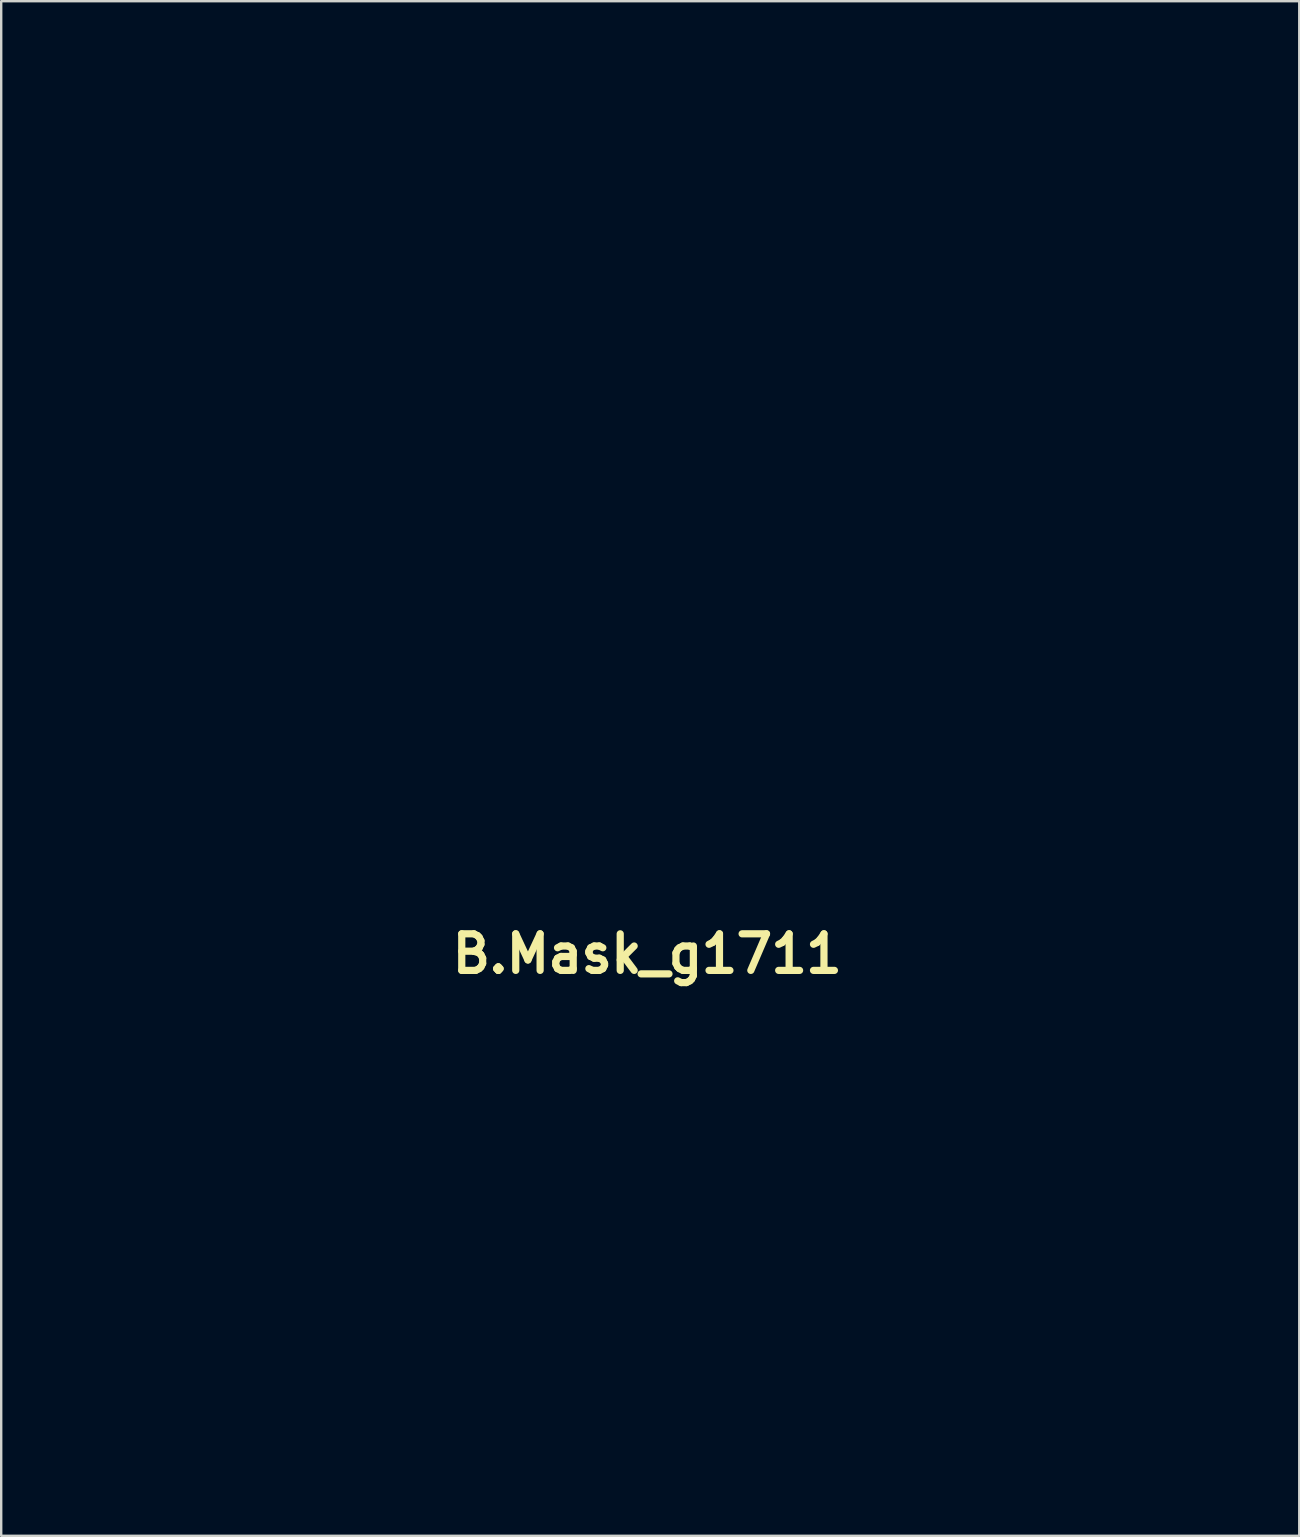
<source format=kicad_pcb>
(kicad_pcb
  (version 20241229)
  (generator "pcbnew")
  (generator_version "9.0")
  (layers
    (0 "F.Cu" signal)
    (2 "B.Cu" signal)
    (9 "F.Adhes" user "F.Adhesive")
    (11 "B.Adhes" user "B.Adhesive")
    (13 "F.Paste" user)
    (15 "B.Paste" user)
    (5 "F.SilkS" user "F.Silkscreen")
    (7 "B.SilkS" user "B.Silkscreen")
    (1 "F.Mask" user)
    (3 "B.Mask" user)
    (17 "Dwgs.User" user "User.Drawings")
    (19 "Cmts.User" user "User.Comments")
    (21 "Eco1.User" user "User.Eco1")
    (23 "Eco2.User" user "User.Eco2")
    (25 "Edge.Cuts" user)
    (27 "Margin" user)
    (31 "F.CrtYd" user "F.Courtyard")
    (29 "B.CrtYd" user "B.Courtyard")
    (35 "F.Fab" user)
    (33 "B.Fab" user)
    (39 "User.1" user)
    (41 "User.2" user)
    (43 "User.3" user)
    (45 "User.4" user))
  (footprint "B.Mask_g1711"
    (layer "F.Cu")
    (at 23.923 36.702)
    (property "Reference" "B.Mask_g1711" (at 0 0 0) (layer "F.SilkS") (effects (font (size 1.524 1.524) (thickness 0.3))))
    (attr through_hole)
    (fp_poly (pts (xy -14.136 -7.948) (xy -14.074 -7.92) (xy -14.038 -7.881) (xy -14.034 -7.859) (xy -14.05 -7.802) (xy -14.097 -7.731) (xy -14.165 -7.657) (xy -14.225 -7.607) (xy -14.33 -7.527) (xy -14.33 -5.758) (xy -14.33 -3.99) (xy -14.163 -3.931) (xy -14.033 -3.877) (xy -13.944 -3.822) (xy -13.897 -3.765) (xy -13.89 -3.704) (xy -13.923 -3.638) (xy -13.957 -3.601) (xy -14.023 -3.551) (xy -14.097 -3.527) (xy -14.19 -3.525) (xy -14.307 -3.547) (xy -14.351 -3.558) (xy -14.472 -3.582) (xy -14.623 -3.601) (xy -14.792 -3.612) (xy -14.968 -3.617) (xy -15.137 -3.615) (xy -15.29 -3.604) (xy -15.409 -3.587) (xy -15.59 -3.557) (xy -15.741 -3.551) (xy -15.866 -3.567) (xy -15.944 -3.593) (xy -16.004 -3.624) (xy -16.034 -3.651) (xy -16.044 -3.687) (xy -16.044 -3.699) (xy -16.026 -3.765) (xy -15.969 -3.826) (xy -15.872 -3.885) (xy -15.736 -3.942) (xy -15.63 -3.976) (xy -15.551 -4.004) (xy -15.484 -4.034) (xy -15.443 -4.062) (xy -15.442 -4.063) (xy -15.418 -4.098) (xy -15.396 -4.149) (xy -15.378 -4.218) (xy -15.362 -4.308) (xy -15.349 -4.42) (xy -15.338 -4.557) (xy -15.329 -4.721) (xy -15.323 -4.916) (xy -15.319 -5.143) (xy -15.316 -5.405) (xy -15.315 -5.705) (xy -15.315 -6.043) (xy -15.315 -6.073) (xy -15.319 -7.099) (xy -15.378 -7.146) (xy -15.448 -7.182) (xy -15.545 -7.205) (xy -15.555 -7.207) (xy -15.695 -7.228) (xy -15.821 -7.255) (xy -15.925 -7.287) (xy -15.997 -7.32) (xy -16.004 -7.325) (xy -16.055 -7.383) (xy -16.068 -7.45) (xy -16.045 -7.515) (xy -16.005 -7.555) (xy -15.928 -7.594) (xy -15.824 -7.628) (xy -15.708 -7.652) (xy -15.595 -7.662) (xy -15.583 -7.662) (xy -15.48 -7.669) (xy -15.344 -7.69) (xy -15.175 -7.725) (xy -14.969 -7.774) (xy -14.727 -7.839) (xy -14.679 -7.852) (xy -14.552 -7.886) (xy -14.434 -7.916) (xy -14.332 -7.939) (xy -14.254 -7.954) (xy -14.213 -7.958) (xy -14.136 -7.948)) (stroke (width 0.01) (type solid)) (fill yes) (layer "B.Mask"))
    (fp_poly (pts (xy -7.174 -13.548) (xy -7.135 -13.532) (xy -7.106 -13.504) (xy -7.102 -13.499) (xy -7.084 -13.451) (xy -7.097 -13.395) (xy -7.142 -13.328) (xy -7.221 -13.246) (xy -7.239 -13.229) (xy -7.365 -13.113) (xy -7.371 -11.348) (xy -7.377 -9.584) (xy -7.212 -9.525) (xy -7.084 -9.472) (xy -6.997 -9.416) (xy -6.95 -9.355) (xy -6.942 -9.289) (xy -6.963 -9.23) (xy -7.022 -9.163) (xy -7.109 -9.126) (xy -7.225 -9.121) (xy -7.366 -9.145) (xy -7.446 -9.162) (xy -7.555 -9.179) (xy -7.681 -9.195) (xy -7.812 -9.208) (xy -7.854 -9.212) (xy -7.982 -9.221) (xy -8.08 -9.226) (xy -8.158 -9.226) (xy -8.228 -9.222) (xy -8.3 -9.212) (xy -8.386 -9.196) (xy -8.414 -9.19) (xy -8.587 -9.16) (xy -8.727 -9.146) (xy -8.84 -9.148) (xy -8.933 -9.166) (xy -8.997 -9.192) (xy -9.053 -9.227) (xy -9.09 -9.262) (xy -9.098 -9.277) (xy -9.089 -9.339) (xy -9.038 -9.401) (xy -8.949 -9.461) (xy -8.822 -9.519) (xy -8.678 -9.567) (xy -8.599 -9.592) (xy -8.534 -9.616) (xy -8.496 -9.634) (xy -8.493 -9.636) (xy -8.466 -9.678) (xy -8.439 -9.755) (xy -8.414 -9.861) (xy -8.394 -9.988) (xy -8.383 -10.075) (xy -8.379 -10.134) (xy -8.376 -10.231) (xy -8.372 -10.361) (xy -8.369 -10.519) (xy -8.366 -10.701) (xy -8.363 -10.902) (xy -8.361 -11.117) (xy -8.359 -11.343) (xy -8.359 -11.481) (xy -8.354 -12.686) (xy -8.413 -12.733) (xy -8.461 -12.76) (xy -8.534 -12.784) (xy -8.638 -12.806) (xy -8.693 -12.815) (xy -8.841 -12.842) (xy -8.952 -12.873) (xy -9.031 -12.909) (xy -9.083 -12.953) (xy -9.1 -12.979) (xy -9.12 -13.026) (xy -9.114 -13.067) (xy -9.103 -13.09) (xy -9.057 -13.145) (xy -8.983 -13.187) (xy -8.878 -13.22) (xy -8.736 -13.242) (xy -8.647 -13.251) (xy -8.553 -13.259) (xy -8.469 -13.269) (xy -8.387 -13.281) (xy -8.302 -13.297) (xy -8.206 -13.318) (xy -8.092 -13.346) (xy -7.954 -13.383) (xy -7.784 -13.429) (xy -7.703 -13.451) (xy -7.536 -13.496) (xy -7.405 -13.528) (xy -7.305 -13.547) (xy -7.229 -13.554) (xy -7.174 -13.548)) (stroke (width 0.01) (type solid)) (fill yes) (layer "B.Mask"))
    (fp_poly (pts (xy -4.775 -13.545) (xy -4.742 -13.529) (xy -4.715 -13.509) (xy -4.685 -13.471) (xy -4.682 -13.429) (xy -4.707 -13.376) (xy -4.764 -13.308) (xy -4.823 -13.249) (xy -4.969 -13.109) (xy -4.977 -11.346) (xy -4.985 -9.583) (xy -4.823 -9.526) (xy -4.706 -9.482) (xy -4.624 -9.442) (xy -4.572 -9.403) (xy -4.544 -9.362) (xy -4.538 -9.345) (xy -4.542 -9.278) (xy -4.579 -9.213) (xy -4.642 -9.158) (xy -4.724 -9.121) (xy -4.741 -9.117) (xy -4.79 -9.116) (xy -4.862 -9.124) (xy -4.921 -9.135) (xy -5.055 -9.164) (xy -5.17 -9.185) (xy -5.282 -9.2) (xy -5.406 -9.211) (xy -5.538 -9.218) (xy -5.667 -9.223) (xy -5.77 -9.223) (xy -5.863 -9.216) (xy -5.959 -9.202) (xy -6.032 -9.188) (xy -6.232 -9.156) (xy -6.397 -9.147) (xy -6.527 -9.16) (xy -6.625 -9.196) (xy -6.668 -9.229) (xy -6.694 -9.265) (xy -6.694 -9.306) (xy -6.686 -9.334) (xy -6.644 -9.397) (xy -6.562 -9.457) (xy -6.44 -9.513) (xy -6.303 -9.56) (xy -6.217 -9.589) (xy -6.144 -9.621) (xy -6.098 -9.649) (xy -6.091 -9.655) (xy -6.069 -9.685) (xy -6.05 -9.722) (xy -6.033 -9.769) (xy -6.019 -9.828) (xy -6.007 -9.903) (xy -5.997 -9.997) (xy -5.989 -10.113) (xy -5.982 -10.253) (xy -5.977 -10.42) (xy -5.973 -10.618) (xy -5.97 -10.85) (xy -5.968 -11.118) (xy -5.967 -11.425) (xy -5.967 -11.428) (xy -5.961 -12.685) (xy -6.015 -12.731) (xy -6.059 -12.758) (xy -6.13 -12.781) (xy -6.233 -12.804) (xy -6.289 -12.813) (xy -6.393 -12.834) (xy -6.492 -12.858) (xy -6.572 -12.883) (xy -6.604 -12.896) (xy -6.663 -12.93) (xy -6.693 -12.963) (xy -6.705 -13.007) (xy -6.706 -13.014) (xy -6.699 -13.084) (xy -6.66 -13.142) (xy -6.588 -13.186) (xy -6.481 -13.22) (xy -6.335 -13.243) (xy -6.254 -13.251) (xy -6.168 -13.259) (xy -6.095 -13.266) (xy -6.027 -13.275) (xy -5.958 -13.286) (xy -5.882 -13.302) (xy -5.793 -13.323) (xy -5.683 -13.351) (xy -5.546 -13.387) (xy -5.376 -13.433) (xy -5.341 -13.442) (xy -5.176 -13.486) (xy -5.047 -13.519) (xy -4.948 -13.54) (xy -4.873 -13.551) (xy -4.817 -13.553) (xy -4.775 -13.545)) (stroke (width 0.01) (type solid)) (fill yes) (layer "B.Mask"))
    (fp_poly (pts (xy 9.234 -13.193) (xy 9.266 -13.175) (xy 9.306 -13.133) (xy 9.312 -13.084) (xy 9.285 -13.023) (xy 9.222 -12.947) (xy 9.186 -12.909) (xy 9.125 -12.852) (xy 9.075 -12.809) (xy 9.043 -12.786) (xy 9.038 -12.785) (xy 9.034 -12.764) (xy 9.03 -12.701) (xy 9.027 -12.598) (xy 9.024 -12.456) (xy 9.022 -12.275) (xy 9.02 -12.057) (xy 9.019 -11.802) (xy 9.018 -11.511) (xy 9.017 -11.185) (xy 9.017 -11.008) (xy 9.017 -9.232) (xy 9.153 -9.187) (xy 9.272 -9.14) (xy 9.368 -9.087) (xy 9.432 -9.034) (xy 9.447 -9.015) (xy 9.46 -8.958) (xy 9.44 -8.898) (xy 9.393 -8.842) (xy 9.327 -8.796) (xy 9.249 -8.769) (xy 9.197 -8.765) (xy 9.133 -8.772) (xy 9.047 -8.789) (xy 8.964 -8.81) (xy 8.879 -8.829) (xy 8.778 -8.844) (xy 8.653 -8.855) (xy 8.494 -8.862) (xy 8.477 -8.863) (xy 8.339 -8.866) (xy 8.23 -8.867) (xy 8.14 -8.863) (xy 8.057 -8.854) (xy 7.968 -8.839) (xy 7.906 -8.827) (xy 7.753 -8.8) (xy 7.63 -8.791) (xy 7.526 -8.798) (xy 7.432 -8.822) (xy 7.4 -8.835) (xy 7.334 -8.872) (xy 7.306 -8.919) (xy 7.311 -8.984) (xy 7.311 -8.985) (xy 7.347 -9.044) (xy 7.425 -9.102) (xy 7.546 -9.159) (xy 7.691 -9.21) (xy 7.785 -9.239) (xy 7.847 -9.262) (xy 7.886 -9.284) (xy 7.91 -9.309) (xy 7.929 -9.344) (xy 7.938 -9.362) (xy 7.956 -9.407) (xy 7.971 -9.456) (xy 7.984 -9.514) (xy 7.995 -9.583) (xy 8.004 -9.667) (xy 8.011 -9.768) (xy 8.017 -9.892) (xy 8.022 -10.039) (xy 8.025 -10.215) (xy 8.028 -10.421) (xy 8.029 -10.662) (xy 8.03 -10.941) (xy 8.031 -11.068) (xy 8.031 -11.344) (xy 8.031 -11.58) (xy 8.03 -11.78) (xy 8.029 -11.945) (xy 8.027 -12.078) (xy 8.024 -12.183) (xy 8.021 -12.261) (xy 8.016 -12.315) (xy 8.011 -12.349) (xy 8.006 -12.363) (xy 7.982 -12.387) (xy 7.942 -12.409) (xy 7.88 -12.429) (xy 7.79 -12.449) (xy 7.665 -12.473) (xy 7.636 -12.478) (xy 7.492 -12.51) (xy 7.384 -12.549) (xy 7.314 -12.595) (xy 7.285 -12.644) (xy 7.283 -12.713) (xy 7.309 -12.769) (xy 7.366 -12.814) (xy 7.456 -12.851) (xy 7.582 -12.879) (xy 7.747 -12.902) (xy 7.761 -12.903) (xy 7.875 -12.917) (xy 7.984 -12.932) (xy 8.095 -12.952) (xy 8.215 -12.978) (xy 8.352 -13.011) (xy 8.512 -13.053) (xy 8.703 -13.105) (xy 8.774 -13.125) (xy 8.921 -13.165) (xy 9.035 -13.19) (xy 9.121 -13.203) (xy 9.185 -13.204) (xy 9.234 -13.193)) (stroke (width 0.01) (type solid)) (fill yes) (layer "B.Mask"))
    (fp_poly (pts (xy -12.023 -7.896) (xy -11.836 -7.827) (xy -11.659 -7.723) (xy -11.496 -7.584) (xy -11.35 -7.414) (xy -11.224 -7.214) (xy -11.188 -7.144) (xy -11.157 -7.076) (xy -11.131 -7.012) (xy -11.11 -6.947) (xy -11.09 -6.871) (xy -11.071 -6.779) (xy -11.051 -6.662) (xy -11.027 -6.515) (xy -11.014 -6.43) (xy -10.99 -6.26) (xy -10.974 -6.109) (xy -10.964 -5.962) (xy -10.958 -5.801) (xy -10.957 -5.673) (xy -10.963 -5.394) (xy -10.982 -5.149) (xy -11.015 -4.927) (xy -11.066 -4.722) (xy -11.133 -4.526) (xy -11.149 -4.487) (xy -11.251 -4.279) (xy -11.378 -4.087) (xy -11.525 -3.916) (xy -11.685 -3.771) (xy -11.854 -3.659) (xy -11.999 -3.594) (xy -12.113 -3.565) (xy -12.249 -3.547) (xy -12.39 -3.542) (xy -12.52 -3.549) (xy -12.61 -3.566) (xy -12.73 -3.607) (xy -12.832 -3.659) (xy -12.929 -3.73) (xy -13.026 -3.821) (xy -13.222 -4.046) (xy -13.384 -4.294) (xy -13.512 -4.567) (xy -13.605 -4.865) (xy -13.665 -5.188) (xy -13.675 -5.276) (xy -13.687 -5.465) (xy -13.688 -5.682) (xy -13.679 -5.914) (xy -13.665 -6.103) (xy -12.669 -6.103) (xy -12.668 -5.844) (xy -12.662 -5.549) (xy -12.659 -5.418) (xy -12.651 -5.168) (xy -12.643 -4.957) (xy -12.635 -4.781) (xy -12.625 -4.637) (xy -12.614 -4.519) (xy -12.601 -4.426) (xy -12.586 -4.352) (xy -12.569 -4.295) (xy -12.552 -4.256) (xy -12.487 -4.159) (xy -12.41 -4.095) (xy -12.327 -4.067) (xy -12.243 -4.077) (xy -12.175 -4.116) (xy -12.113 -4.193) (xy -12.059 -4.309) (xy -12.014 -4.465) (xy -11.977 -4.662) (xy -11.95 -4.9) (xy -11.931 -5.178) (xy -11.92 -5.497) (xy -11.918 -5.789) (xy -11.92 -6.077) (xy -11.926 -6.325) (xy -11.934 -6.538) (xy -11.946 -6.718) (xy -11.962 -6.868) (xy -11.982 -6.991) (xy -12.006 -7.09) (xy -12.011 -7.107) (xy -12.068 -7.251) (xy -12.132 -7.354) (xy -12.204 -7.417) (xy -12.284 -7.438) (xy -12.37 -7.418) (xy -12.374 -7.416) (xy -12.432 -7.38) (xy -12.479 -7.327) (xy -12.52 -7.25) (xy -12.56 -7.141) (xy -12.58 -7.073) (xy -12.607 -6.963) (xy -12.629 -6.836) (xy -12.646 -6.691) (xy -12.659 -6.522) (xy -12.666 -6.328) (xy -12.669 -6.103) (xy -13.665 -6.103) (xy -13.661 -6.152) (xy -13.635 -6.381) (xy -13.602 -6.592) (xy -13.565 -6.763) (xy -13.523 -6.895) (xy -13.463 -7.042) (xy -13.393 -7.191) (xy -13.319 -7.325) (xy -13.261 -7.413) (xy -13.159 -7.526) (xy -13.026 -7.636) (xy -12.872 -7.737) (xy -12.709 -7.823) (xy -12.548 -7.885) (xy -12.416 -7.917) (xy -12.218 -7.927) (xy -12.023 -7.896)) (stroke (width 0.01) (type solid)) (fill yes) (layer "B.Mask"))
    (fp_poly (pts (xy 0.544 -15.932) (xy 0.674 -15.885) (xy 0.85 -15.783) (xy 1.017 -15.645) (xy 1.168 -15.478) (xy 1.295 -15.287) (xy 1.323 -15.237) (xy 1.362 -15.159) (xy 1.395 -15.085) (xy 1.421 -15.009) (xy 1.445 -14.921) (xy 1.468 -14.815) (xy 1.492 -14.683) (xy 1.516 -14.531) (xy 1.537 -14.396) (xy 1.552 -14.279) (xy 1.562 -14.168) (xy 1.569 -14.052) (xy 1.573 -13.919) (xy 1.575 -13.759) (xy 1.575 -13.705) (xy 1.574 -13.508) (xy 1.569 -13.343) (xy 1.559 -13.202) (xy 1.543 -13.074) (xy 1.52 -12.95) (xy 1.488 -12.821) (xy 1.459 -12.717) (xy 1.377 -12.496) (xy 1.266 -12.285) (xy 1.131 -12.091) (xy 0.978 -11.92) (xy 0.811 -11.779) (xy 0.661 -11.687) (xy 0.504 -11.625) (xy 0.327 -11.589) (xy 0.146 -11.58) (xy -0.026 -11.598) (xy -0.109 -11.619) (xy -0.201 -11.652) (xy -0.28 -11.692) (xy -0.356 -11.744) (xy -0.437 -11.816) (xy -0.534 -11.915) (xy -0.543 -11.925) (xy -0.732 -12.155) (xy -0.885 -12.406) (xy -0.985 -12.631) (xy -1.032 -12.762) (xy -1.067 -12.882) (xy -1.094 -13) (xy -1.112 -13.127) (xy -1.125 -13.273) (xy -1.134 -13.445) (xy -1.137 -13.55) (xy -1.138 -13.901) (xy -1.128 -14.108) (xy -0.115 -14.108) (xy -0.115 -13.883) (xy -0.115 -13.832) (xy -0.114 -13.547) (xy -0.112 -13.3) (xy -0.108 -13.09) (xy -0.103 -12.911) (xy -0.096 -12.761) (xy -0.088 -12.637) (xy -0.077 -12.536) (xy -0.063 -12.453) (xy -0.047 -12.385) (xy -0.028 -12.33) (xy -0.014 -12.298) (xy 0.049 -12.207) (xy 0.125 -12.144) (xy 0.21 -12.112) (xy 0.293 -12.114) (xy 0.365 -12.149) (xy 0.418 -12.206) (xy 0.464 -12.289) (xy 0.504 -12.4) (xy 0.537 -12.54) (xy 0.563 -12.712) (xy 0.584 -12.916) (xy 0.598 -13.156) (xy 0.607 -13.432) (xy 0.61 -13.747) (xy 0.609 -14.101) (xy 0.608 -14.119) (xy 0.606 -14.325) (xy 0.603 -14.494) (xy 0.6 -14.629) (xy 0.597 -14.738) (xy 0.593 -14.823) (xy 0.587 -14.89) (xy 0.581 -14.944) (xy 0.572 -14.99) (xy 0.562 -15.032) (xy 0.551 -15.071) (xy 0.5 -15.222) (xy 0.448 -15.334) (xy 0.392 -15.411) (xy 0.331 -15.456) (xy 0.261 -15.473) (xy 0.25 -15.473) (xy 0.158 -15.453) (xy 0.08 -15.394) (xy 0.017 -15.297) (xy -0.023 -15.187) (xy -0.044 -15.109) (xy -0.062 -15.041) (xy -0.077 -14.979) (xy -0.088 -14.917) (xy -0.098 -14.851) (xy -0.104 -14.776) (xy -0.109 -14.688) (xy -0.112 -14.582) (xy -0.114 -14.453) (xy -0.115 -14.296) (xy -0.115 -14.108) (xy -1.128 -14.108) (xy -1.122 -14.218) (xy -1.089 -14.502) (xy -1.036 -14.759) (xy -0.965 -14.99) (xy -0.874 -15.2) (xy -0.826 -15.29) (xy -0.704 -15.466) (xy -0.558 -15.62) (xy -0.393 -15.747) (xy -0.213 -15.848) (xy -0.025 -15.918) (xy 0.168 -15.957) (xy 0.359 -15.963) (xy 0.544 -15.932)) (stroke (width 0.01) (type solid)) (fill yes) (layer "B.Mask"))
    (fp_poly (pts (xy -17.005 0.096) (xy -16.824 0.132) (xy -16.661 0.197) (xy -16.508 0.295) (xy -16.355 0.428) (xy -16.348 0.436) (xy -16.273 0.512) (xy -16.216 0.578) (xy -16.168 0.644) (xy -16.122 0.722) (xy -16.069 0.824) (xy -16.047 0.87) (xy -15.94 1.113) (xy -15.858 1.354) (xy -15.8 1.604) (xy -15.763 1.87) (xy -15.745 2.162) (xy -15.743 2.286) (xy -15.746 2.488) (xy -15.757 2.66) (xy -15.777 2.812) (xy -15.81 2.955) (xy -15.855 3.101) (xy -15.859 3.111) (xy -15.971 3.392) (xy -16.101 3.645) (xy -16.246 3.869) (xy -16.404 4.06) (xy -16.574 4.217) (xy -16.753 4.337) (xy -16.94 4.417) (xy -16.948 4.419) (xy -17.058 4.449) (xy -17.165 4.467) (xy -17.278 4.473) (xy -17.413 4.47) (xy -17.519 4.463) (xy -17.69 4.442) (xy -17.831 4.407) (xy -17.953 4.352) (xy -18.063 4.272) (xy -18.17 4.162) (xy -18.273 4.033) (xy -18.388 3.863) (xy -18.48 3.699) (xy -18.546 3.545) (xy -18.584 3.406) (xy -18.593 3.286) (xy -18.586 3.237) (xy -18.553 3.134) (xy -18.513 3.065) (xy -18.473 3.036) (xy -18.449 3.03) (xy -18.428 3.034) (xy -18.407 3.055) (xy -18.381 3.097) (xy -18.345 3.166) (xy -18.3 3.26) (xy -18.255 3.352) (xy -18.213 3.439) (xy -18.18 3.507) (xy -18.166 3.535) (xy -18.106 3.611) (xy -18.018 3.66) (xy -17.908 3.68) (xy -17.78 3.672) (xy -17.64 3.635) (xy -17.555 3.6) (xy -17.46 3.553) (xy -17.394 3.512) (xy -17.346 3.466) (xy -17.305 3.406) (xy -17.27 3.34) (xy -17.2 3.177) (xy -17.138 2.982) (xy -17.086 2.767) (xy -17.046 2.542) (xy -17.021 2.317) (xy -17.012 2.103) (xy -17.012 2.095) (xy -17.021 1.884) (xy -17.045 1.682) (xy -17.084 1.495) (xy -17.136 1.326) (xy -17.197 1.177) (xy -17.268 1.052) (xy -17.346 0.955) (xy -17.429 0.888) (xy -17.516 0.855) (xy -17.604 0.859) (xy -17.651 0.878) (xy -17.714 0.929) (xy -17.774 1.011) (xy -17.827 1.112) (xy -17.867 1.223) (xy -17.889 1.331) (xy -17.891 1.368) (xy -17.88 1.452) (xy -17.849 1.547) (xy -17.802 1.645) (xy -17.744 1.739) (xy -17.682 1.818) (xy -17.621 1.876) (xy -17.564 1.904) (xy -17.552 1.905) (xy -17.507 1.892) (xy -17.443 1.859) (xy -17.384 1.819) (xy -17.304 1.764) (xy -17.248 1.742) (xy -17.212 1.754) (xy -17.193 1.803) (xy -17.187 1.89) (xy -17.187 1.902) (xy -17.206 2.057) (xy -17.259 2.189) (xy -17.346 2.297) (xy -17.464 2.379) (xy -17.612 2.432) (xy -17.692 2.446) (xy -17.808 2.452) (xy -17.909 2.431) (xy -18.006 2.382) (xy -18.108 2.299) (xy -18.141 2.266) (xy -18.266 2.116) (xy -18.372 1.937) (xy -18.455 1.742) (xy -18.491 1.617) (xy -18.513 1.458) (xy -18.512 1.278) (xy -18.491 1.088) (xy -18.45 0.902) (xy -18.392 0.732) (xy -18.369 0.682) (xy -18.263 0.511) (xy -18.126 0.368) (xy -17.959 0.253) (xy -17.764 0.167) (xy -17.542 0.111) (xy -17.295 0.086) (xy -17.214 0.085) (xy -17.005 0.096)) (stroke (width 0.01) (type solid)) (fill yes) (layer "B.Mask"))
    (fp_poly (pts (xy 0.441 16.875) (xy 0.615 16.886) (xy 0.756 16.905) (xy 0.872 16.936) (xy 0.972 16.981) (xy 1.063 17.043) (xy 1.139 17.11) (xy 1.21 17.186) (xy 1.291 17.283) (xy 1.368 17.386) (xy 1.407 17.441) (xy 1.507 17.605) (xy 1.58 17.745) (xy 1.625 17.868) (xy 1.646 17.981) (xy 1.644 18.088) (xy 1.642 18.108) (xy 1.623 18.173) (xy 1.59 18.24) (xy 1.552 18.295) (xy 1.515 18.327) (xy 1.501 18.33) (xy 1.466 18.314) (xy 1.426 18.264) (xy 1.379 18.177) (xy 1.324 18.052) (xy 1.315 18.03) (xy 1.262 17.908) (xy 1.211 17.813) (xy 1.167 17.751) (xy 1.162 17.746) (xy 1.128 17.716) (xy 1.095 17.698) (xy 1.052 17.689) (xy 0.986 17.685) (xy 0.914 17.685) (xy 0.817 17.686) (xy 0.747 17.694) (xy 0.685 17.711) (xy 0.616 17.741) (xy 0.587 17.755) (xy 0.49 17.812) (xy 0.412 17.88) (xy 0.348 17.969) (xy 0.29 18.086) (xy 0.254 18.178) (xy 0.154 18.511) (xy 0.092 18.859) (xy 0.068 19.176) (xy 0.065 19.361) (xy 0.071 19.516) (xy 0.086 19.652) (xy 0.112 19.782) (xy 0.151 19.916) (xy 0.169 19.971) (xy 0.231 20.136) (xy 0.291 20.263) (xy 0.354 20.359) (xy 0.423 20.427) (xy 0.5 20.472) (xy 0.518 20.48) (xy 0.578 20.5) (xy 0.619 20.504) (xy 0.662 20.49) (xy 0.692 20.476) (xy 0.766 20.419) (xy 0.833 20.331) (xy 0.888 20.224) (xy 0.926 20.107) (xy 0.944 19.993) (xy 0.936 19.892) (xy 0.935 19.885) (xy 0.902 19.797) (xy 0.852 19.703) (xy 0.793 19.612) (xy 0.729 19.532) (xy 0.668 19.471) (xy 0.614 19.436) (xy 0.592 19.431) (xy 0.568 19.443) (xy 0.521 19.474) (xy 0.458 19.518) (xy 0.446 19.527) (xy 0.376 19.576) (xy 0.33 19.601) (xy 0.297 19.607) (xy 0.275 19.6) (xy 0.248 19.576) (xy 0.236 19.534) (xy 0.233 19.47) (xy 0.244 19.337) (xy 0.28 19.227) (xy 0.348 19.127) (xy 0.393 19.078) (xy 0.518 18.98) (xy 0.659 18.921) (xy 0.81 18.902) (xy 0.966 18.923) (xy 0.982 18.927) (xy 1.079 18.975) (xy 1.178 19.058) (xy 1.276 19.17) (xy 1.367 19.305) (xy 1.447 19.458) (xy 1.512 19.621) (xy 1.525 19.662) (xy 1.547 19.739) (xy 1.559 19.807) (xy 1.565 19.88) (xy 1.564 19.971) (xy 1.56 20.053) (xy 1.551 20.165) (xy 1.539 20.276) (xy 1.524 20.371) (xy 1.514 20.415) (xy 1.44 20.624) (xy 1.334 20.805) (xy 1.198 20.956) (xy 1.032 21.078) (xy 0.839 21.167) (xy 0.652 21.219) (xy 0.533 21.236) (xy 0.395 21.246) (xy 0.251 21.249) (xy 0.112 21.244) (xy -0.007 21.233) (xy -0.079 21.219) (xy -0.28 21.143) (xy -0.464 21.029) (xy -0.631 20.879) (xy -0.779 20.693) (xy -0.908 20.473) (xy -1.017 20.22) (xy -1.105 19.936) (xy -1.156 19.702) (xy -1.172 19.588) (xy -1.186 19.446) (xy -1.195 19.285) (xy -1.201 19.118) (xy -1.203 18.955) (xy -1.201 18.806) (xy -1.193 18.683) (xy -1.187 18.63) (xy -1.139 18.399) (xy -1.062 18.163) (xy -0.962 17.93) (xy -0.842 17.705) (xy -0.706 17.496) (xy -0.557 17.31) (xy -0.401 17.153) (xy -0.255 17.041) (xy -0.128 16.968) (xy -0.006 16.917) (xy 0.124 16.887) (xy 0.272 16.874) (xy 0.441 16.875)) (stroke (width 0.01) (type solid)) (fill yes) (layer "B.Mask"))
    (fp_poly (pts (xy 14.744 -8.223) (xy 14.958 -8.172) (xy 15.161 -8.083) (xy 15.35 -7.954) (xy 15.525 -7.788) (xy 15.685 -7.585) (xy 15.829 -7.346) (xy 15.955 -7.07) (xy 15.96 -7.058) (xy 16.04 -6.826) (xy 16.099 -6.587) (xy 16.135 -6.358) (xy 16.14 -6.294) (xy 16.144 -6.175) (xy 16.143 -6.033) (xy 16.136 -5.878) (xy 16.125 -5.724) (xy 16.112 -5.581) (xy 16.095 -5.461) (xy 16.084 -5.402) (xy 16.058 -5.291) (xy 16.133 -5.212) (xy 16.238 -5.084) (xy 16.332 -4.939) (xy 16.413 -4.782) (xy 16.478 -4.62) (xy 16.527 -4.459) (xy 16.556 -4.304) (xy 16.566 -4.163) (xy 16.553 -4.042) (xy 16.515 -3.946) (xy 16.505 -3.931) (xy 16.454 -3.892) (xy 16.382 -3.871) (xy 16.311 -3.874) (xy 16.298 -3.878) (xy 16.259 -3.896) (xy 16.22 -3.924) (xy 16.179 -3.967) (xy 16.129 -4.03) (xy 16.068 -4.119) (xy 15.989 -4.238) (xy 15.977 -4.257) (xy 15.915 -4.351) (xy 15.862 -4.431) (xy 15.821 -4.491) (xy 15.796 -4.525) (xy 15.79 -4.53) (xy 15.774 -4.513) (xy 15.744 -4.472) (xy 15.722 -4.438) (xy 15.655 -4.35) (xy 15.565 -4.253) (xy 15.464 -4.16) (xy 15.363 -4.082) (xy 15.285 -4.034) (xy 15.169 -3.982) (xy 15.046 -3.944) (xy 14.909 -3.917) (xy 14.747 -3.9) (xy 14.554 -3.891) (xy 14.515 -3.89) (xy 14.379 -3.889) (xy 14.277 -3.889) (xy 14.201 -3.893) (xy 14.141 -3.901) (xy 14.09 -3.913) (xy 14.056 -3.924) (xy 13.922 -3.993) (xy 13.81 -4.096) (xy 13.722 -4.232) (xy 13.659 -4.4) (xy 13.62 -4.597) (xy 13.609 -4.769) (xy 14.21 -4.769) (xy 14.213 -4.681) (xy 14.239 -4.589) (xy 14.267 -4.534) (xy 14.304 -4.487) (xy 14.348 -4.468) (xy 14.383 -4.466) (xy 14.432 -4.472) (xy 14.478 -4.494) (xy 14.532 -4.54) (xy 14.559 -4.567) (xy 14.617 -4.632) (xy 14.683 -4.718) (xy 14.748 -4.812) (xy 14.771 -4.847) (xy 14.882 -5.027) (xy 14.788 -5.033) (xy 14.684 -5.03) (xy 14.57 -5.009) (xy 14.456 -4.974) (xy 14.354 -4.929) (xy 14.274 -4.879) (xy 14.232 -4.836) (xy 14.21 -4.769) (xy 13.609 -4.769) (xy 13.608 -4.785) (xy 13.61 -4.885) (xy 13.62 -4.96) (xy 13.642 -5.026) (xy 13.653 -5.048) (xy 13.707 -5.135) (xy 13.79 -5.235) (xy 13.893 -5.341) (xy 14.009 -5.444) (xy 14.128 -5.539) (xy 14.243 -5.616) (xy 14.297 -5.646) (xy 14.355 -5.672) (xy 14.414 -5.69) (xy 14.483 -5.7) (xy 14.569 -5.702) (xy 14.682 -5.698) (xy 14.827 -5.688) (xy 14.831 -5.688) (xy 15.046 -5.671) (xy 15.061 -5.792) (xy 15.066 -5.909) (xy 15.057 -6.054) (xy 15.036 -6.213) (xy 15.004 -6.375) (xy 14.975 -6.488) (xy 14.932 -6.613) (xy 14.876 -6.749) (xy 14.811 -6.886) (xy 14.742 -7.015) (xy 14.674 -7.124) (xy 14.613 -7.204) (xy 14.605 -7.213) (xy 14.494 -7.305) (xy 14.364 -7.377) (xy 14.225 -7.425) (xy 14.089 -7.444) (xy 14.006 -7.439) (xy 13.936 -7.419) (xy 13.877 -7.382) (xy 13.825 -7.322) (xy 13.774 -7.233) (xy 13.719 -7.109) (xy 13.716 -7.1) (xy 13.665 -6.979) (xy 13.625 -6.893) (xy 13.592 -6.838) (xy 13.564 -6.81) (xy 13.535 -6.804) (xy 13.509 -6.813) (xy 13.449 -6.868) (xy 13.409 -6.954) (xy 13.392 -7.062) (xy 13.399 -7.187) (xy 13.4 -7.193) (xy 13.436 -7.327) (xy 13.501 -7.479) (xy 13.592 -7.639) (xy 13.688 -7.779) (xy 13.798 -7.917) (xy 13.901 -8.022) (xy 14.005 -8.099) (xy 14.117 -8.155) (xy 14.246 -8.195) (xy 14.284 -8.203) (xy 14.519 -8.233) (xy 14.744 -8.223)) (stroke (width 0.01) (type solid)) (fill yes) (layer "B.Mask"))
    (fp_poly (pts (xy 17.859 1.143) (xy 18.055 1.168) (xy 18.225 1.215) (xy 18.377 1.285) (xy 18.518 1.381) (xy 18.639 1.49) (xy 18.782 1.661) (xy 18.887 1.848) (xy 18.953 2.052) (xy 18.982 2.274) (xy 18.981 2.416) (xy 18.973 2.517) (xy 18.958 2.596) (xy 18.933 2.672) (xy 18.89 2.764) (xy 18.889 2.766) (xy 18.805 2.905) (xy 18.692 3.046) (xy 18.561 3.176) (xy 18.425 3.284) (xy 18.357 3.327) (xy 18.224 3.401) (xy 18.332 3.47) (xy 18.466 3.582) (xy 18.581 3.725) (xy 18.671 3.895) (xy 18.735 4.084) (xy 18.769 4.286) (xy 18.774 4.395) (xy 18.754 4.58) (xy 18.696 4.758) (xy 18.602 4.926) (xy 18.476 5.081) (xy 18.321 5.218) (xy 18.142 5.334) (xy 17.942 5.425) (xy 17.723 5.489) (xy 17.712 5.491) (xy 17.573 5.511) (xy 17.414 5.521) (xy 17.251 5.52) (xy 17.101 5.509) (xy 17.005 5.493) (xy 16.874 5.454) (xy 16.749 5.398) (xy 16.634 5.329) (xy 16.531 5.251) (xy 16.445 5.168) (xy 16.38 5.083) (xy 16.337 5) (xy 16.321 4.924) (xy 16.335 4.859) (xy 16.383 4.807) (xy 16.401 4.796) (xy 16.451 4.779) (xy 16.485 4.778) (xy 16.509 4.8) (xy 16.547 4.848) (xy 16.591 4.913) (xy 16.597 4.922) (xy 16.65 5) (xy 16.696 5.048) (xy 16.743 5.076) (xy 16.76 5.082) (xy 16.864 5.103) (xy 16.988 5.106) (xy 17.119 5.093) (xy 17.244 5.067) (xy 17.349 5.028) (xy 17.408 4.993) (xy 17.485 4.911) (xy 17.554 4.797) (xy 17.611 4.662) (xy 17.652 4.515) (xy 17.672 4.367) (xy 17.674 4.313) (xy 17.662 4.139) (xy 17.625 3.992) (xy 17.557 3.864) (xy 17.455 3.748) (xy 17.316 3.636) (xy 17.302 3.627) (xy 17.217 3.572) (xy 17.138 3.525) (xy 17.075 3.494) (xy 17.047 3.483) (xy 16.966 3.453) (xy 16.868 3.398) (xy 16.763 3.324) (xy 16.66 3.24) (xy 16.569 3.152) (xy 16.499 3.069) (xy 16.485 3.049) (xy 16.438 2.952) (xy 16.429 2.871) (xy 16.46 2.805) (xy 16.524 2.755) (xy 16.564 2.74) (xy 16.598 2.746) (xy 16.636 2.776) (xy 16.682 2.835) (xy 16.719 2.89) (xy 16.767 2.958) (xy 16.81 3.013) (xy 16.841 3.044) (xy 16.845 3.045) (xy 16.929 3.072) (xy 17.04 3.082) (xy 17.166 3.077) (xy 17.297 3.057) (xy 17.421 3.024) (xy 17.504 2.99) (xy 17.567 2.955) (xy 17.613 2.917) (xy 17.652 2.866) (xy 17.696 2.789) (xy 17.699 2.784) (xy 17.781 2.597) (xy 17.829 2.406) (xy 17.843 2.219) (xy 17.822 2.041) (xy 17.773 1.894) (xy 17.691 1.752) (xy 17.596 1.648) (xy 17.488 1.585) (xy 17.367 1.561) (xy 17.363 1.561) (xy 17.268 1.575) (xy 17.186 1.623) (xy 17.112 1.709) (xy 17.108 1.714) (xy 17.067 1.797) (xy 17.063 1.872) (xy 17.098 1.943) (xy 17.173 2.016) (xy 17.222 2.051) (xy 17.294 2.094) (xy 17.353 2.112) (xy 17.415 2.108) (xy 17.495 2.081) (xy 17.518 2.071) (xy 17.604 2.043) (xy 17.66 2.042) (xy 17.689 2.069) (xy 17.695 2.106) (xy 17.675 2.198) (xy 17.617 2.279) (xy 17.524 2.345) (xy 17.399 2.394) (xy 17.313 2.415) (xy 17.136 2.427) (xy 16.97 2.4) (xy 16.818 2.333) (xy 16.684 2.228) (xy 16.6 2.13) (xy 16.56 2.074) (xy 16.537 2.028) (xy 16.525 1.98) (xy 16.521 1.913) (xy 16.521 1.853) (xy 16.524 1.756) (xy 16.534 1.685) (xy 16.555 1.623) (xy 16.579 1.574) (xy 16.669 1.442) (xy 16.791 1.335) (xy 16.945 1.251) (xy 17.132 1.19) (xy 17.353 1.152) (xy 17.61 1.137) (xy 17.632 1.137) (xy 17.859 1.143)) (stroke (width 0.01) (type solid)) (fill yes) (layer "B.Mask"))
    (fp_poly (pts (xy 8.365 15.484) (xy 8.485 15.488) (xy 8.578 15.494) (xy 8.583 15.495) (xy 8.836 15.539) (xy 9.057 15.611) (xy 9.246 15.71) (xy 9.403 15.838) (xy 9.487 15.934) (xy 9.58 16.085) (xy 9.635 16.238) (xy 9.656 16.39) (xy 9.642 16.536) (xy 9.597 16.67) (xy 9.523 16.789) (xy 9.419 16.888) (xy 9.29 16.962) (xy 9.136 17.005) (xy 9.08 17.012) (xy 8.963 17.011) (xy 8.839 16.988) (xy 8.721 16.948) (xy 8.624 16.897) (xy 8.583 16.863) (xy 8.52 16.774) (xy 8.495 16.677) (xy 8.507 16.578) (xy 8.554 16.485) (xy 8.634 16.404) (xy 8.704 16.36) (xy 8.796 16.328) (xy 8.889 16.323) (xy 8.975 16.339) (xy 9.048 16.375) (xy 9.099 16.427) (xy 9.12 16.492) (xy 9.115 16.536) (xy 9.115 16.568) (xy 9.134 16.568) (xy 9.17 16.536) (xy 9.185 16.518) (xy 9.224 16.439) (xy 9.226 16.355) (xy 9.194 16.278) (xy 9.17 16.252) (xy 9.09 16.189) (xy 8.995 16.14) (xy 8.88 16.103) (xy 8.738 16.077) (xy 8.564 16.059) (xy 8.391 16.051) (xy 8.05 16.039) (xy 8.025 16.417) (xy 8.016 16.55) (xy 8.007 16.676) (xy 7.998 16.788) (xy 7.991 16.874) (xy 7.987 16.916) (xy 7.975 17.036) (xy 8.057 17.049) (xy 8.115 17.062) (xy 8.199 17.084) (xy 8.292 17.11) (xy 8.317 17.118) (xy 8.531 17.206) (xy 8.722 17.328) (xy 8.887 17.479) (xy 9.024 17.658) (xy 9.131 17.86) (xy 9.204 18.083) (xy 9.242 18.322) (xy 9.244 18.362) (xy 9.244 18.549) (xy 9.219 18.713) (xy 9.168 18.865) (xy 9.113 18.975) (xy 8.965 19.198) (xy 8.792 19.387) (xy 8.593 19.543) (xy 8.369 19.664) (xy 8.12 19.752) (xy 7.847 19.805) (xy 7.631 19.822) (xy 7.516 19.824) (xy 7.403 19.822) (xy 7.306 19.817) (xy 7.25 19.811) (xy 7.03 19.763) (xy 6.838 19.693) (xy 6.667 19.595) (xy 6.51 19.469) (xy 6.41 19.366) (xy 6.335 19.262) (xy 6.288 19.165) (xy 6.272 19.079) (xy 6.276 19.051) (xy 6.301 18.996) (xy 6.345 18.944) (xy 6.395 18.909) (xy 6.423 18.902) (xy 6.459 18.92) (xy 6.51 18.971) (xy 6.573 19.05) (xy 6.633 19.138) (xy 6.686 19.21) (xy 6.74 19.26) (xy 6.804 19.292) (xy 6.887 19.308) (xy 7 19.314) (xy 7.048 19.314) (xy 7.215 19.306) (xy 7.349 19.283) (xy 7.458 19.241) (xy 7.552 19.18) (xy 7.596 19.139) (xy 7.686 19.029) (xy 7.77 18.892) (xy 7.839 18.744) (xy 7.884 18.603) (xy 7.898 18.528) (xy 7.908 18.441) (xy 7.914 18.354) (xy 7.916 18.275) (xy 7.913 18.215) (xy 7.904 18.184) (xy 7.9 18.182) (xy 7.874 18.186) (xy 7.816 18.198) (xy 7.737 18.215) (xy 7.679 18.228) (xy 7.474 18.273) (xy 7.33 18.226) (xy 7.245 18.194) (xy 7.166 18.156) (xy 7.115 18.125) (xy 7.083 18.099) (xy 7.055 18.073) (xy 7.032 18.042) (xy 7.013 18.003) (xy 6.997 17.952) (xy 6.983 17.885) (xy 6.971 17.798) (xy 6.959 17.688) (xy 6.948 17.55) (xy 6.937 17.381) (xy 6.925 17.177) (xy 6.912 16.964) (xy 6.897 16.704) (xy 6.883 16.483) (xy 6.869 16.297) (xy 6.855 16.142) (xy 6.841 16.015) (xy 6.826 15.912) (xy 6.809 15.829) (xy 6.791 15.762) (xy 6.77 15.708) (xy 6.747 15.664) (xy 6.74 15.653) (xy 6.718 15.612) (xy 6.715 15.588) (xy 6.715 15.587) (xy 6.748 15.574) (xy 6.818 15.561) (xy 6.92 15.548) (xy 7.048 15.536) (xy 7.196 15.524) (xy 7.36 15.514) (xy 7.534 15.504) (xy 7.712 15.496) (xy 7.89 15.49) (xy 8.062 15.486) (xy 8.222 15.484) (xy 8.365 15.484)) (stroke (width 0.01) (type solid)) (fill yes) (layer "B.Mask"))
    (fp_poly (pts (xy -9.745 14.261) (xy -9.589 14.282) (xy -9.461 14.301) (xy -9.356 14.319) (xy -9.225 14.342) (xy -9.072 14.372) (xy -8.902 14.405) (xy -8.72 14.442) (xy -8.531 14.481) (xy -8.339 14.521) (xy -8.149 14.562) (xy -7.965 14.601) (xy -7.793 14.639) (xy -7.636 14.675) (xy -7.5 14.706) (xy -7.39 14.733) (xy -7.309 14.755) (xy -7.262 14.769) (xy -7.253 14.774) (xy -7.257 14.797) (xy -7.282 14.847) (xy -7.322 14.917) (xy -7.374 14.999) (xy -7.428 15.084) (xy -7.476 15.169) (xy -7.523 15.263) (xy -7.573 15.374) (xy -7.629 15.511) (xy -7.684 15.65) (xy -7.733 15.778) (xy -7.776 15.891) (xy -7.811 15.985) (xy -7.835 16.054) (xy -7.848 16.092) (xy -7.848 16.097) (xy -7.826 16.103) (xy -7.771 16.113) (xy -7.692 16.127) (xy -7.62 16.139) (xy -7.527 16.155) (xy -7.45 16.169) (xy -7.398 16.18) (xy -7.382 16.185) (xy -7.367 16.217) (xy -7.37 16.274) (xy -7.389 16.345) (xy -7.415 16.405) (xy -7.484 16.496) (xy -7.558 16.548) (xy -7.608 16.572) (xy -7.656 16.586) (xy -7.714 16.592) (xy -7.796 16.593) (xy -7.849 16.591) (xy -8.046 16.584) (xy -8.3 17.24) (xy -8.362 17.403) (xy -8.42 17.557) (xy -8.472 17.697) (xy -8.515 17.819) (xy -8.549 17.915) (xy -8.57 17.981) (xy -8.575 18.003) (xy -8.585 18.118) (xy -8.564 18.229) (xy -8.507 18.347) (xy -8.479 18.391) (xy -8.443 18.449) (xy -8.422 18.492) (xy -8.42 18.509) (xy -8.443 18.512) (xy -8.503 18.514) (xy -8.593 18.516) (xy -8.71 18.518) (xy -8.847 18.519) (xy -8.999 18.52) (xy -9.161 18.521) (xy -9.327 18.521) (xy -9.491 18.52) (xy -9.649 18.519) (xy -9.795 18.518) (xy -9.924 18.517) (xy -10.03 18.515) (xy -10.108 18.512) (xy -10.152 18.509) (xy -10.16 18.508) (xy -10.147 18.487) (xy -10.112 18.442) (xy -10.061 18.378) (xy -10.013 18.321) (xy -9.932 18.223) (xy -9.86 18.129) (xy -9.795 18.033) (xy -9.733 17.931) (xy -9.672 17.816) (xy -9.608 17.682) (xy -9.538 17.525) (xy -9.46 17.339) (xy -9.378 17.137) (xy -9.316 16.981) (xy -9.26 16.839) (xy -9.211 16.713) (xy -9.171 16.61) (xy -9.143 16.534) (xy -9.128 16.489) (xy -9.126 16.479) (xy -9.147 16.483) (xy -9.2 16.5) (xy -9.276 16.526) (xy -9.356 16.556) (xy -9.488 16.606) (xy -9.589 16.639) (xy -9.665 16.657) (xy -9.723 16.662) (xy -9.771 16.656) (xy -9.785 16.652) (xy -9.842 16.615) (xy -9.884 16.546) (xy -9.913 16.441) (xy -9.924 16.352) (xy -9.932 16.252) (xy -9.929 16.174) (xy -9.911 16.115) (xy -9.873 16.072) (xy -9.812 16.043) (xy -9.723 16.023) (xy -9.601 16.01) (xy -9.441 16.001) (xy -9.422 16) (xy -9.298 15.994) (xy -9.183 15.989) (xy -9.087 15.985) (xy -9.018 15.983) (xy -8.993 15.982) (xy -8.944 15.977) (xy -8.915 15.958) (xy -8.892 15.913) (xy -8.883 15.891) (xy -8.84 15.761) (xy -8.817 15.661) (xy -8.815 15.583) (xy -8.828 15.531) (xy -8.865 15.47) (xy -8.929 15.393) (xy -9.011 15.309) (xy -9.102 15.226) (xy -9.195 15.151) (xy -9.28 15.093) (xy -9.314 15.074) (xy -9.452 15.023) (xy -9.587 15.006) (xy -9.712 15.024) (xy -9.743 15.036) (xy -9.828 15.09) (xy -9.915 15.179) (xy -9.999 15.296) (xy -10.075 15.433) (xy -10.137 15.584) (xy -10.147 15.613) (xy -10.175 15.682) (xy -10.206 15.738) (xy -10.222 15.757) (xy -10.248 15.777) (xy -10.265 15.771) (xy -10.283 15.733) (xy -10.29 15.712) (xy -10.309 15.627) (xy -10.318 15.51) (xy -10.32 15.367) (xy -10.313 15.209) (xy -10.3 15.044) (xy -10.28 14.879) (xy -10.254 14.723) (xy -10.223 14.585) (xy -10.201 14.51) (xy -10.169 14.422) (xy -10.134 14.355) (xy -10.092 14.305) (xy -10.037 14.273) (xy -9.964 14.256) (xy -9.868 14.252) (xy -9.745 14.261)) (stroke (width 0.01) (type solid)) (fill yes) (layer "B.Mask"))
    (fp_poly (pts (xy -14.406 9.159) (xy -14.294 9.161) (xy -14.205 9.166) (xy -14.132 9.173) (xy -14.064 9.185) (xy -13.992 9.201) (xy -13.938 9.215) (xy -13.705 9.29) (xy -13.508 9.385) (xy -13.348 9.5) (xy -13.222 9.635) (xy -13.136 9.778) (xy -13.105 9.849) (xy -13.085 9.908) (xy -13.075 9.971) (xy -13.071 10.053) (xy -13.07 10.121) (xy -13.071 10.217) (xy -13.075 10.281) (xy -13.085 10.326) (xy -13.102 10.362) (xy -13.131 10.401) (xy -13.136 10.407) (xy -13.216 10.494) (xy -13.315 10.578) (xy -13.439 10.663) (xy -13.592 10.753) (xy -13.78 10.851) (xy -13.803 10.862) (xy -13.915 10.918) (xy -14.013 10.967) (xy -14.09 11.008) (xy -14.141 11.036) (xy -14.16 11.049) (xy -14.16 11.049) (xy -14.143 11.062) (xy -14.097 11.085) (xy -14.061 11.101) (xy -13.946 11.158) (xy -13.813 11.24) (xy -13.669 11.342) (xy -13.523 11.457) (xy -13.382 11.577) (xy -13.256 11.697) (xy -13.151 11.809) (xy -13.112 11.857) (xy -13.027 11.978) (xy -12.968 12.082) (xy -12.933 12.18) (xy -12.915 12.284) (xy -12.912 12.372) (xy -12.927 12.577) (xy -12.974 12.758) (xy -13.055 12.919) (xy -13.172 13.067) (xy -13.196 13.092) (xy -13.317 13.196) (xy -13.455 13.281) (xy -13.618 13.352) (xy -13.814 13.412) (xy -13.816 13.413) (xy -13.89 13.431) (xy -13.958 13.446) (xy -14.028 13.456) (xy -14.108 13.463) (xy -14.206 13.468) (xy -14.331 13.472) (xy -14.478 13.474) (xy -14.671 13.476) (xy -14.828 13.474) (xy -14.954 13.468) (xy -15.054 13.459) (xy -15.104 13.451) (xy -15.357 13.394) (xy -15.574 13.317) (xy -15.757 13.219) (xy -15.909 13.1) (xy -15.953 13.055) (xy -16.066 12.901) (xy -16.145 12.725) (xy -16.189 12.526) (xy -16.199 12.371) (xy -16.198 12.281) (xy -16.192 12.214) (xy -16.188 12.202) (xy -15.044 12.202) (xy -15.043 12.339) (xy -15.018 12.473) (xy -14.969 12.594) (xy -14.952 12.622) (xy -14.874 12.704) (xy -14.768 12.763) (xy -14.642 12.798) (xy -14.505 12.805) (xy -14.365 12.783) (xy -14.362 12.782) (xy -14.262 12.734) (xy -14.174 12.655) (xy -14.108 12.556) (xy -14.079 12.471) (xy -14.059 12.312) (xy -14.066 12.16) (xy -14.1 12.025) (xy -14.159 11.915) (xy -14.172 11.899) (xy -14.251 11.834) (xy -14.358 11.79) (xy -14.481 11.766) (xy -14.61 11.764) (xy -14.735 11.784) (xy -14.844 11.825) (xy -14.908 11.87) (xy -14.976 11.958) (xy -15.021 12.072) (xy -15.044 12.202) (xy -16.188 12.202) (xy -16.175 12.153) (xy -16.144 12.081) (xy -16.119 12.03) (xy -16.08 11.956) (xy -16.036 11.888) (xy -15.982 11.819) (xy -15.911 11.74) (xy -15.815 11.642) (xy -15.803 11.63) (xy -15.643 11.48) (xy -15.482 11.348) (xy -15.327 11.237) (xy -15.185 11.154) (xy -15.105 11.118) (xy -15.002 11.077) (xy -15.334 10.888) (xy -15.504 10.789) (xy -15.641 10.704) (xy -15.75 10.63) (xy -15.835 10.562) (xy -15.902 10.497) (xy -15.956 10.431) (xy -15.963 10.42) (xy -15.997 10.369) (xy -16.018 10.326) (xy -16.028 10.279) (xy -16.029 10.264) (xy -14.954 10.264) (xy -14.946 10.391) (xy -14.918 10.486) (xy -14.866 10.558) (xy -14.787 10.614) (xy -14.775 10.62) (xy -14.662 10.658) (xy -14.537 10.668) (xy -14.418 10.651) (xy -14.352 10.626) (xy -14.256 10.556) (xy -14.188 10.463) (xy -14.149 10.355) (xy -14.139 10.24) (xy -14.158 10.127) (xy -14.205 10.023) (xy -14.28 9.936) (xy -14.356 9.887) (xy -14.478 9.849) (xy -14.603 9.846) (xy -14.722 9.877) (xy -14.825 9.938) (xy -14.897 10.018) (xy -14.928 10.07) (xy -14.945 10.121) (xy -14.953 10.186) (xy -14.954 10.264) (xy -16.029 10.264) (xy -16.032 10.213) (xy -16.033 10.128) (xy -16.023 9.971) (xy -15.994 9.842) (xy -15.94 9.727) (xy -15.857 9.616) (xy -15.793 9.549) (xy -15.674 9.443) (xy -15.543 9.358) (xy -15.392 9.288) (xy -15.211 9.228) (xy -15.159 9.213) (xy -15.082 9.194) (xy -15.014 9.18) (xy -14.945 9.17) (xy -14.867 9.164) (xy -14.771 9.16) (xy -14.647 9.159) (xy -14.552 9.159) (xy -14.406 9.159)) (stroke (width 0.01) (type solid)) (fill yes) (layer "B.Mask"))
    (fp_poly (pts (xy -1.628 -36.249) (xy -1.564 -36.24) (xy -1.555 -36.239) (xy -1.401 -36.2) (xy -1.284 -36.144) (xy -1.203 -36.073) (xy -1.16 -35.989) (xy -1.156 -35.894) (xy -1.192 -35.791) (xy -1.269 -35.681) (xy -1.271 -35.678) (xy -1.319 -35.633) (xy -1.398 -35.572) (xy -1.501 -35.497) (xy -1.621 -35.415) (xy -1.753 -35.329) (xy -1.889 -35.244) (xy -2.024 -35.163) (xy -2.069 -35.137) (xy -2.151 -35.089) (xy -2.22 -35.047) (xy -2.265 -35.016) (xy -2.28 -35.003) (xy -2.282 -34.979) (xy -2.284 -34.916) (xy -2.287 -34.815) (xy -2.289 -34.681) (xy -2.292 -34.516) (xy -2.295 -34.322) (xy -2.298 -34.102) (xy -2.301 -33.86) (xy -2.304 -33.597) (xy -2.307 -33.318) (xy -2.31 -33.023) (xy -2.313 -32.717) (xy -2.313 -32.714) (xy -2.316 -32.399) (xy -2.318 -32.09) (xy -2.321 -31.791) (xy -2.324 -31.504) (xy -2.327 -31.233) (xy -2.33 -30.981) (xy -2.332 -30.752) (xy -2.335 -30.55) (xy -2.337 -30.377) (xy -2.339 -30.237) (xy -2.341 -30.133) (xy -2.342 -30.078) (xy -2.345 -29.867) (xy -2.34 -29.691) (xy -2.326 -29.546) (xy -2.303 -29.423) (xy -2.271 -29.319) (xy -2.254 -29.28) (xy -2.222 -29.218) (xy -2.186 -29.172) (xy -2.137 -29.141) (xy -2.069 -29.12) (xy -1.975 -29.107) (xy -1.846 -29.097) (xy -1.831 -29.097) (xy -1.685 -29.087) (xy -1.571 -29.074) (xy -1.481 -29.055) (xy -1.403 -29.028) (xy -1.329 -28.992) (xy -1.315 -28.984) (xy -1.25 -28.935) (xy -1.201 -28.871) (xy -1.163 -28.782) (xy -1.134 -28.663) (xy -1.12 -28.584) (xy -1.108 -28.468) (xy -1.113 -28.383) (xy -1.139 -28.325) (xy -1.187 -28.285) (xy -1.231 -28.267) (xy -1.335 -28.242) (xy -1.47 -28.229) (xy -1.625 -28.228) (xy -1.757 -28.235) (xy -1.856 -28.245) (xy -1.955 -28.259) (xy -2.033 -28.272) (xy -2.043 -28.274) (xy -2.128 -28.29) (xy -2.249 -28.307) (xy -2.4 -28.324) (xy -2.575 -28.342) (xy -2.768 -28.36) (xy -2.972 -28.377) (xy -3.182 -28.393) (xy -3.39 -28.408) (xy -3.592 -28.421) (xy -3.781 -28.431) (xy -3.951 -28.439) (xy -4.095 -28.443) (xy -4.208 -28.443) (xy -4.265 -28.441) (xy -4.337 -28.434) (xy -4.441 -28.423) (xy -4.57 -28.408) (xy -4.714 -28.39) (xy -4.864 -28.37) (xy -4.921 -28.362) (xy -5.095 -28.339) (xy -5.237 -28.323) (xy -5.357 -28.311) (xy -5.463 -28.305) (xy -5.566 -28.302) (xy -5.676 -28.303) (xy -5.715 -28.304) (xy -5.843 -28.308) (xy -5.938 -28.314) (xy -6.008 -28.323) (xy -6.063 -28.335) (xy -6.112 -28.353) (xy -6.123 -28.358) (xy -6.212 -28.417) (xy -6.266 -28.494) (xy -6.282 -28.58) (xy -6.261 -28.67) (xy -6.2 -28.755) (xy -6.185 -28.77) (xy -6.117 -28.822) (xy -6.033 -28.866) (xy -5.928 -28.905) (xy -5.795 -28.942) (xy -5.627 -28.978) (xy -5.577 -28.987) (xy -5.42 -29.018) (xy -5.297 -29.045) (xy -5.202 -29.071) (xy -5.129 -29.097) (xy -5.07 -29.128) (xy -5.019 -29.163) (xy -5 -29.179) (xy -4.957 -29.217) (xy -4.923 -29.254) (xy -4.897 -29.295) (xy -4.878 -29.344) (xy -4.865 -29.406) (xy -4.857 -29.488) (xy -4.855 -29.592) (xy -4.856 -29.725) (xy -4.861 -29.891) (xy -4.867 -30.062) (xy -4.87 -30.181) (xy -4.874 -30.337) (xy -4.877 -30.527) (xy -4.88 -30.746) (xy -4.882 -30.988) (xy -4.884 -31.251) (xy -4.886 -31.529) (xy -4.888 -31.818) (xy -4.889 -32.113) (xy -4.889 -32.41) (xy -4.89 -32.569) (xy -4.89 -32.928) (xy -4.89 -33.248) (xy -4.891 -33.531) (xy -4.893 -33.78) (xy -4.895 -33.997) (xy -4.897 -34.185) (xy -4.901 -34.347) (xy -4.906 -34.485) (xy -4.911 -34.603) (xy -4.918 -34.702) (xy -4.925 -34.786) (xy -4.934 -34.858) (xy -4.945 -34.919) (xy -4.957 -34.973) (xy -4.97 -35.022) (xy -4.974 -35.036) (xy -5.037 -35.18) (xy -5.128 -35.295) (xy -5.249 -35.381) (xy -5.4 -35.439) (xy -5.582 -35.47) (xy -5.713 -35.475) (xy -5.842 -35.484) (xy -5.969 -35.507) (xy -6.081 -35.541) (xy -6.162 -35.583) (xy -6.237 -35.659) (xy -6.278 -35.752) (xy -6.282 -35.85) (xy -6.249 -35.947) (xy -6.238 -35.964) (xy -6.147 -36.063) (xy -6.02 -36.142) (xy -5.861 -36.2) (xy -5.672 -36.236) (xy -5.456 -36.251) (xy -5.215 -36.242) (xy -5.172 -36.239) (xy -5.082 -36.229) (xy -4.957 -36.214) (xy -4.807 -36.195) (xy -4.641 -36.173) (xy -4.465 -36.149) (xy -4.289 -36.125) (xy -4.269 -36.122) (xy -4.015 -36.085) (xy -3.797 -36.055) (xy -3.611 -36.03) (xy -3.453 -36.011) (xy -3.317 -35.999) (xy -3.198 -35.992) (xy -3.091 -35.991) (xy -2.992 -35.996) (xy -2.896 -36.007) (xy -2.797 -36.023) (xy -2.69 -36.045) (xy -2.572 -36.073) (xy -2.436 -36.107) (xy -2.426 -36.109) (xy -2.235 -36.156) (xy -2.078 -36.193) (xy -1.952 -36.22) (xy -1.849 -36.238) (xy -1.765 -36.248) (xy -1.693 -36.252) (xy -1.628 -36.249)) (stroke (width 0.01) (type solid)) (fill yes) (layer "B.Mask"))
    (fp_poly (pts (xy 14.698 9.73) (xy 14.796 9.756) (xy 14.871 9.802) (xy 14.93 9.868) (xy 14.977 9.958) (xy 14.978 9.959) (xy 14.99 9.994) (xy 14.999 10.04) (xy 15.007 10.103) (xy 15.014 10.189) (xy 15.02 10.303) (xy 15.026 10.449) (xy 15.031 10.594) (xy 15.04 10.865) (xy 15.052 11.105) (xy 15.067 11.323) (xy 15.087 11.531) (xy 15.112 11.739) (xy 15.144 11.958) (xy 15.184 12.198) (xy 15.202 12.305) (xy 15.25 12.577) (xy 15.473 12.569) (xy 15.585 12.563) (xy 15.668 12.553) (xy 15.735 12.537) (xy 15.8 12.513) (xy 15.814 12.506) (xy 15.915 12.449) (xy 15.986 12.381) (xy 16.034 12.293) (xy 16.064 12.177) (xy 16.073 12.118) (xy 16.083 12.007) (xy 16.08 11.927) (xy 16.059 11.869) (xy 16.019 11.821) (xy 15.963 11.779) (xy 15.862 11.726) (xy 15.775 11.71) (xy 15.704 11.732) (xy 15.682 11.75) (xy 15.633 11.799) (xy 15.709 11.821) (xy 15.802 11.86) (xy 15.855 11.913) (xy 15.869 11.982) (xy 15.867 11.999) (xy 15.848 12.062) (xy 15.818 12.113) (xy 15.749 12.166) (xy 15.661 12.2) (xy 15.571 12.212) (xy 15.49 12.198) (xy 15.459 12.182) (xy 15.408 12.126) (xy 15.364 12.041) (xy 15.335 11.942) (xy 15.325 11.848) (xy 15.331 11.761) (xy 15.355 11.691) (xy 15.402 11.632) (xy 15.477 11.575) (xy 15.58 11.517) (xy 15.759 11.424) (xy 15.909 11.449) (xy 16.031 11.478) (xy 16.127 11.521) (xy 16.202 11.584) (xy 16.265 11.675) (xy 16.322 11.799) (xy 16.338 11.839) (xy 16.376 11.974) (xy 16.401 12.132) (xy 16.413 12.304) (xy 16.413 12.479) (xy 16.401 12.647) (xy 16.376 12.799) (xy 16.339 12.922) (xy 16.327 12.95) (xy 16.248 13.066) (xy 16.136 13.16) (xy 15.995 13.227) (xy 15.954 13.24) (xy 15.885 13.254) (xy 15.786 13.27) (xy 15.669 13.285) (xy 15.546 13.298) (xy 15.428 13.308) (xy 15.329 13.313) (xy 15.306 13.313) (xy 15.281 13.315) (xy 15.267 13.326) (xy 15.261 13.354) (xy 15.262 13.407) (xy 15.266 13.488) (xy 15.294 13.678) (xy 15.35 13.841) (xy 15.43 13.972) (xy 15.467 14.021) (xy 15.49 14.056) (xy 15.494 14.064) (xy 15.474 14.067) (xy 15.416 14.069) (xy 15.325 14.072) (xy 15.207 14.073) (xy 15.065 14.075) (xy 14.906 14.076) (xy 14.764 14.076) (xy 14.593 14.076) (xy 14.436 14.075) (xy 14.298 14.073) (xy 14.184 14.071) (xy 14.099 14.069) (xy 14.047 14.066) (xy 14.034 14.064) (xy 14.046 14.042) (xy 14.076 13.999) (xy 14.097 13.973) (xy 14.166 13.861) (xy 14.219 13.719) (xy 14.253 13.558) (xy 14.261 13.477) (xy 14.273 13.312) (xy 13.38 13.318) (xy 13.191 13.319) (xy 13.015 13.32) (xy 12.857 13.321) (xy 12.722 13.321) (xy 12.613 13.321) (xy 12.536 13.321) (xy 12.494 13.32) (xy 12.488 13.32) (xy 12.499 13.301) (xy 12.531 13.25) (xy 12.582 13.17) (xy 12.65 13.062) (xy 12.733 12.931) (xy 12.83 12.779) (xy 12.938 12.609) (xy 12.974 12.552) (xy 13.579 12.552) (xy 13.593 12.561) (xy 13.65 12.567) (xy 13.748 12.571) (xy 13.887 12.573) (xy 13.916 12.573) (xy 14.266 12.573) (xy 14.266 12.071) (xy 14.266 11.925) (xy 14.264 11.799) (xy 14.26 11.699) (xy 14.256 11.628) (xy 14.251 11.593) (xy 14.248 11.59) (xy 14.232 11.611) (xy 14.197 11.661) (xy 14.145 11.735) (xy 14.08 11.827) (xy 14.007 11.931) (xy 13.93 12.043) (xy 13.851 12.156) (xy 13.776 12.265) (xy 13.707 12.364) (xy 13.649 12.447) (xy 13.606 12.51) (xy 13.582 12.547) (xy 13.579 12.552) (xy 12.974 12.552) (xy 13.055 12.425) (xy 13.18 12.228) (xy 13.227 12.155) (xy 13.404 11.876) (xy 13.56 11.629) (xy 13.697 11.414) (xy 13.814 11.227) (xy 13.914 11.066) (xy 13.998 10.928) (xy 14.068 10.812) (xy 14.125 10.715) (xy 14.171 10.635) (xy 14.206 10.569) (xy 14.233 10.514) (xy 14.247 10.484) (xy 14.285 10.396) (xy 14.213 10.426) (xy 14.122 10.45) (xy 14.024 10.455) (xy 13.938 10.44) (xy 13.921 10.433) (xy 13.876 10.397) (xy 13.827 10.334) (xy 13.782 10.259) (xy 13.749 10.185) (xy 13.737 10.127) (xy 13.737 10.127) (xy 13.962 10.127) (xy 13.967 10.185) (xy 13.983 10.214) (xy 14.002 10.212) (xy 14.021 10.172) (xy 14.021 10.171) (xy 14.052 10.115) (xy 14.104 10.087) (xy 14.167 10.087) (xy 14.23 10.111) (xy 14.284 10.16) (xy 14.31 10.205) (xy 14.329 10.25) (xy 14.34 10.259) (xy 14.35 10.234) (xy 14.353 10.223) (xy 14.364 10.165) (xy 14.37 10.096) (xy 14.37 10.092) (xy 14.358 10.021) (xy 14.314 9.975) (xy 14.237 9.952) (xy 14.178 9.948) (xy 14.079 9.963) (xy 14.008 10.007) (xy 13.969 10.077) (xy 13.962 10.127) (xy 13.737 10.127) (xy 13.75 10.016) (xy 13.788 9.926) (xy 13.854 9.854) (xy 13.952 9.799) (xy 14.083 9.759) (xy 14.25 9.733) (xy 14.409 9.722) (xy 14.571 9.719) (xy 14.698 9.73)) (stroke (width 0.01) (type solid)) (fill yes) (layer "B.Mask"))
    (fp_poly (pts (xy 5.33 -36.233) (xy 5.497 -36.226) (xy 5.629 -36.215) (xy 5.954 -36.163) (xy 6.255 -36.076) (xy 6.534 -35.954) (xy 6.791 -35.797) (xy 7.024 -35.604) (xy 7.235 -35.376) (xy 7.422 -35.113) (xy 7.588 -34.814) (xy 7.73 -34.479) (xy 7.851 -34.109) (xy 7.948 -33.703) (xy 8.024 -33.262) (xy 8.077 -32.784) (xy 8.088 -32.645) (xy 8.098 -32.452) (xy 8.104 -32.244) (xy 8.105 -32.027) (xy 8.102 -31.81) (xy 8.095 -31.601) (xy 8.085 -31.407) (xy 8.071 -31.237) (xy 8.053 -31.099) (xy 8.047 -31.062) (xy 7.959 -30.69) (xy 7.84 -30.328) (xy 7.692 -29.981) (xy 7.518 -29.653) (xy 7.321 -29.351) (xy 7.104 -29.08) (xy 6.975 -28.945) (xy 6.744 -28.745) (xy 6.493 -28.578) (xy 6.226 -28.447) (xy 5.949 -28.355) (xy 5.948 -28.355) (xy 5.84 -28.33) (xy 5.739 -28.31) (xy 5.638 -28.297) (xy 5.531 -28.29) (xy 5.412 -28.288) (xy 5.273 -28.293) (xy 5.109 -28.302) (xy 4.914 -28.317) (xy 4.773 -28.329) (xy 4.577 -28.345) (xy 4.352 -28.362) (xy 4.114 -28.379) (xy 3.876 -28.395) (xy 3.654 -28.409) (xy 3.514 -28.417) (xy 2.868 -28.452) (xy 1.535 -28.355) (xy 1.3 -28.338) (xy 1.078 -28.322) (xy 0.87 -28.307) (xy 0.683 -28.294) (xy 0.518 -28.282) (xy 0.379 -28.273) (xy 0.271 -28.266) (xy 0.197 -28.261) (xy 0.161 -28.259) (xy 0.159 -28.259) (xy 0.117 -28.265) (xy 0.049 -28.277) (xy -0.021 -28.292) (xy -0.226 -28.339) (xy -0.394 -28.383) (xy -0.531 -28.426) (xy -0.643 -28.469) (xy -0.736 -28.515) (xy -0.815 -28.567) (xy -0.882 -28.623) (xy -0.957 -28.711) (xy -0.996 -28.8) (xy -1 -28.884) (xy -0.968 -28.959) (xy -0.902 -29.017) (xy -0.884 -29.026) (xy -0.733 -29.079) (xy -0.587 -29.092) (xy -0.473 -29.074) (xy -0.396 -29.057) (xy -0.294 -29.039) (xy -0.184 -29.023) (xy -0.131 -29.016) (xy 0.08 -29.006) (xy 0.264 -29.027) (xy 0.423 -29.083) (xy 0.559 -29.173) (xy 0.673 -29.298) (xy 0.767 -29.461) (xy 0.844 -29.661) (xy 0.844 -29.662) (xy 0.858 -29.708) (xy 0.87 -29.755) (xy 0.881 -29.805) (xy 0.891 -29.86) (xy 0.899 -29.923) (xy 0.906 -29.996) (xy 0.912 -30.082) (xy 0.917 -30.183) (xy 0.921 -30.301) (xy 0.924 -30.439) (xy 0.926 -30.598) (xy 0.927 -30.783) (xy 0.927 -30.994) (xy 0.927 -31.037) (xy 3.725 -31.037) (xy 3.726 -30.798) (xy 3.728 -30.588) (xy 3.731 -30.411) (xy 3.737 -30.269) (xy 3.744 -30.165) (xy 3.746 -30.142) (xy 3.783 -29.887) (xy 3.83 -29.67) (xy 3.89 -29.489) (xy 3.961 -29.343) (xy 4.046 -29.227) (xy 4.066 -29.206) (xy 4.171 -29.121) (xy 4.279 -29.075) (xy 4.399 -29.065) (xy 4.538 -29.092) (xy 4.544 -29.093) (xy 4.676 -29.155) (xy 4.796 -29.256) (xy 4.904 -29.395) (xy 4.999 -29.573) (xy 5.081 -29.786) (xy 5.149 -30.036) (xy 5.202 -30.32) (xy 5.216 -30.416) (xy 5.231 -30.557) (xy 5.245 -30.734) (xy 5.258 -30.942) (xy 5.269 -31.176) (xy 5.279 -31.429) (xy 5.287 -31.696) (xy 5.293 -31.972) (xy 5.298 -32.25) (xy 5.3 -32.526) (xy 5.301 -32.793) (xy 5.3 -33.046) (xy 5.296 -33.28) (xy 5.29 -33.488) (xy 5.281 -33.665) (xy 5.273 -33.771) (xy 5.238 -34.099) (xy 5.194 -34.387) (xy 5.14 -34.636) (xy 5.075 -34.848) (xy 5.001 -35.024) (xy 4.915 -35.165) (xy 4.817 -35.274) (xy 4.707 -35.351) (xy 4.695 -35.357) (xy 4.56 -35.404) (xy 4.429 -35.411) (xy 4.305 -35.378) (xy 4.19 -35.309) (xy 4.088 -35.205) (xy 3.999 -35.067) (xy 3.927 -34.898) (xy 3.895 -34.79) (xy 3.874 -34.691) (xy 3.854 -34.569) (xy 3.836 -34.424) (xy 3.819 -34.253) (xy 3.804 -34.053) (xy 3.79 -33.822) (xy 3.778 -33.558) (xy 3.767 -33.258) (xy 3.756 -32.921) (xy 3.747 -32.565) (xy 3.739 -32.225) (xy 3.733 -31.899) (xy 3.729 -31.591) (xy 3.726 -31.302) (xy 3.725 -31.037) (xy 0.927 -31.037) (xy 0.927 -31.235) (xy 0.926 -31.507) (xy 0.924 -31.813) (xy 0.922 -32.156) (xy 0.919 -32.537) (xy 0.918 -32.734) (xy 0.915 -33.11) (xy 0.912 -33.446) (xy 0.91 -33.745) (xy 0.907 -34.008) (xy 0.905 -34.238) (xy 0.903 -34.437) (xy 0.9 -34.607) (xy 0.898 -34.752) (xy 0.895 -34.872) (xy 0.892 -34.971) (xy 0.889 -35.051) (xy 0.886 -35.114) (xy 0.882 -35.162) (xy 0.878 -35.198) (xy 0.874 -35.224) (xy 0.869 -35.243) (xy 0.863 -35.256) (xy 0.863 -35.256) (xy 0.785 -35.358) (xy 0.677 -35.435) (xy 0.545 -35.486) (xy 0.396 -35.51) (xy 0.237 -35.503) (xy 0.149 -35.486) (xy 0.046 -35.467) (xy -0.074 -35.453) (xy -0.203 -35.446) (xy -0.329 -35.445) (xy -0.444 -35.449) (xy -0.538 -35.46) (xy -0.602 -35.478) (xy -0.607 -35.481) (xy -0.684 -35.537) (xy -0.727 -35.609) (xy -0.741 -35.707) (xy -0.741 -35.716) (xy -0.727 -35.815) (xy -0.682 -35.896) (xy -0.603 -35.966) (xy -0.502 -36.022) (xy -0.312 -36.098) (xy -0.11 -36.153) (xy 0.112 -36.187) (xy 0.358 -36.202) (xy 0.635 -36.199) (xy 0.709 -36.195) (xy 0.844 -36.188) (xy 1.008 -36.18) (xy 1.191 -36.172) (xy 1.38 -36.163) (xy 1.563 -36.155) (xy 1.64 -36.152) (xy 1.874 -36.142) (xy 2.07 -36.131) (xy 2.235 -36.12) (xy 2.373 -36.107) (xy 2.489 -36.092) (xy 2.589 -36.074) (xy 2.678 -36.054) (xy 2.704 -36.047) (xy 2.843 -36.008) (xy 3.501 -36.089) (xy 3.859 -36.132) (xy 4.178 -36.167) (xy 4.463 -36.194) (xy 4.717 -36.214) (xy 4.944 -36.227) (xy 5.147 -36.234) (xy 5.33 -36.233)) (stroke (width 0.01) (type solid)) (fill yes) (layer "B.Mask"))
    (fp_poly (pts (xy 20.896 -36.334) (xy 21.049 -36.323) (xy 21.268 -36.3) (xy 21.453 -36.271) (xy 21.616 -36.233) (xy 21.763 -36.185) (xy 21.906 -36.123) (xy 22.054 -36.044) (xy 22.174 -35.971) (xy 22.287 -35.902) (xy 22.373 -35.856) (xy 22.439 -35.835) (xy 22.494 -35.837) (xy 22.546 -35.865) (xy 22.603 -35.917) (xy 22.667 -35.988) (xy 22.735 -36.057) (xy 22.815 -36.125) (xy 22.896 -36.185) (xy 22.971 -36.231) (xy 23.029 -36.256) (xy 23.047 -36.258) (xy 23.164 -36.243) (xy 23.266 -36.201) (xy 23.345 -36.137) (xy 23.393 -36.057) (xy 23.403 -36.015) (xy 23.407 -35.982) (xy 23.406 -35.951) (xy 23.4 -35.913) (xy 23.386 -35.863) (xy 23.363 -35.795) (xy 23.329 -35.7) (xy 23.281 -35.573) (xy 23.277 -35.56) (xy 23.265 -35.525) (xy 23.255 -35.488) (xy 23.247 -35.443) (xy 23.241 -35.386) (xy 23.235 -35.312) (xy 23.231 -35.216) (xy 23.228 -35.092) (xy 23.224 -34.936) (xy 23.221 -34.743) (xy 23.221 -34.734) (xy 23.209 -34.025) (xy 23.152 -33.904) (xy 23.091 -33.803) (xy 23.015 -33.736) (xy 22.914 -33.697) (xy 22.856 -33.686) (xy 22.778 -33.681) (xy 22.723 -33.694) (xy 22.701 -33.706) (xy 22.659 -33.739) (xy 22.628 -33.781) (xy 22.604 -33.838) (xy 22.587 -33.916) (xy 22.574 -34.022) (xy 22.565 -34.161) (xy 22.562 -34.216) (xy 22.552 -34.384) (xy 22.538 -34.52) (xy 22.518 -34.633) (xy 22.49 -34.731) (xy 22.452 -34.826) (xy 22.411 -34.909) (xy 22.33 -35.032) (xy 22.224 -35.14) (xy 22.089 -35.238) (xy 21.922 -35.326) (xy 21.718 -35.407) (xy 21.569 -35.455) (xy 21.348 -35.509) (xy 21.152 -35.529) (xy 20.982 -35.515) (xy 20.844 -35.471) (xy 20.654 -35.362) (xy 20.495 -35.229) (xy 20.37 -35.075) (xy 20.32 -34.989) (xy 20.297 -34.939) (xy 20.284 -34.893) (xy 20.28 -34.837) (xy 20.283 -34.759) (xy 20.286 -34.707) (xy 20.297 -34.61) (xy 20.312 -34.519) (xy 20.329 -34.45) (xy 20.334 -34.436) (xy 20.393 -34.34) (xy 20.494 -34.242) (xy 20.634 -34.144) (xy 20.814 -34.047) (xy 21.032 -33.95) (xy 21.213 -33.88) (xy 21.471 -33.785) (xy 21.699 -33.697) (xy 21.909 -33.61) (xy 22.113 -33.52) (xy 22.321 -33.422) (xy 22.5 -33.334) (xy 22.721 -33.222) (xy 22.907 -33.124) (xy 23.064 -33.035) (xy 23.196 -32.954) (xy 23.309 -32.876) (xy 23.408 -32.8) (xy 23.496 -32.72) (xy 23.579 -32.635) (xy 23.607 -32.604) (xy 23.736 -32.452) (xy 23.853 -32.3) (xy 23.954 -32.155) (xy 24.032 -32.023) (xy 24.084 -31.913) (xy 24.085 -31.91) (xy 24.112 -31.825) (xy 24.138 -31.721) (xy 24.154 -31.638) (xy 24.165 -31.526) (xy 24.169 -31.385) (xy 24.167 -31.227) (xy 24.159 -31.066) (xy 24.145 -30.913) (xy 24.127 -30.781) (xy 24.12 -30.745) (xy 24.093 -30.636) (xy 24.054 -30.501) (xy 24.006 -30.351) (xy 23.954 -30.195) (xy 23.9 -30.046) (xy 23.848 -29.911) (xy 23.802 -29.803) (xy 23.785 -29.768) (xy 23.655 -29.555) (xy 23.485 -29.351) (xy 23.278 -29.157) (xy 23.036 -28.975) (xy 22.759 -28.807) (xy 22.452 -28.655) (xy 22.221 -28.558) (xy 22.132 -28.526) (xy 22.046 -28.499) (xy 21.955 -28.477) (xy 21.854 -28.459) (xy 21.736 -28.444) (xy 21.594 -28.43) (xy 21.422 -28.418) (xy 21.23 -28.405) (xy 21.069 -28.397) (xy 20.937 -28.391) (xy 20.82 -28.389) (xy 20.706 -28.391) (xy 20.582 -28.395) (xy 20.5 -28.399) (xy 20.34 -28.411) (xy 20.155 -28.431) (xy 19.962 -28.457) (xy 19.776 -28.487) (xy 19.612 -28.518) (xy 19.58 -28.525) (xy 19.241 -28.618) (xy 18.924 -28.739) (xy 18.631 -28.886) (xy 18.363 -29.058) (xy 18.124 -29.253) (xy 17.916 -29.468) (xy 17.742 -29.701) (xy 17.603 -29.952) (xy 17.522 -30.154) (xy 17.496 -30.264) (xy 17.478 -30.398) (xy 17.47 -30.546) (xy 17.472 -30.693) (xy 17.483 -30.827) (xy 17.504 -30.937) (xy 17.511 -30.96) (xy 17.589 -31.12) (xy 17.703 -31.265) (xy 17.848 -31.389) (xy 18.02 -31.487) (xy 18.093 -31.518) (xy 18.231 -31.556) (xy 18.396 -31.578) (xy 18.572 -31.584) (xy 18.748 -31.574) (xy 18.909 -31.548) (xy 19.013 -31.517) (xy 19.126 -31.46) (xy 19.234 -31.38) (xy 19.323 -31.288) (xy 19.37 -31.216) (xy 19.402 -31.131) (xy 19.431 -31.019) (xy 19.452 -30.895) (xy 19.465 -30.775) (xy 19.465 -30.674) (xy 19.463 -30.655) (xy 19.422 -30.494) (xy 19.345 -30.347) (xy 19.236 -30.219) (xy 19.099 -30.114) (xy 18.939 -30.035) (xy 18.76 -29.988) (xy 18.755 -29.988) (xy 18.676 -29.974) (xy 18.631 -29.961) (xy 18.61 -29.944) (xy 18.606 -29.921) (xy 18.614 -29.882) (xy 18.641 -29.839) (xy 18.69 -29.788) (xy 18.766 -29.725) (xy 18.872 -29.647) (xy 18.952 -29.591) (xy 19.168 -29.449) (xy 19.366 -29.334) (xy 19.553 -29.245) (xy 19.739 -29.176) (xy 19.931 -29.125) (xy 20.045 -29.102) (xy 20.167 -29.086) (xy 20.311 -29.077) (xy 20.464 -29.075) (xy 20.614 -29.08) (xy 20.748 -29.091) (xy 20.855 -29.109) (xy 20.867 -29.112) (xy 21.082 -29.189) (xy 21.279 -29.303) (xy 21.456 -29.449) (xy 21.606 -29.624) (xy 21.709 -29.792) (xy 21.775 -29.925) (xy 21.82 -30.035) (xy 21.847 -30.134) (xy 21.861 -30.233) (xy 21.863 -30.345) (xy 21.862 -30.393) (xy 21.857 -30.492) (xy 21.849 -30.561) (xy 21.835 -30.613) (xy 21.812 -30.661) (xy 21.781 -30.712) (xy 21.718 -30.793) (xy 21.632 -30.874) (xy 21.521 -30.956) (xy 21.381 -31.042) (xy 21.21 -31.131) (xy 21.006 -31.227) (xy 20.764 -31.331) (xy 20.619 -31.391) (xy 20.262 -31.539) (xy 19.943 -31.682) (xy 19.657 -31.823) (xy 19.399 -31.963) (xy 19.164 -32.106) (xy 18.949 -32.254) (xy 18.749 -32.409) (xy 18.711 -32.44) (xy 18.475 -32.661) (xy 18.275 -32.897) (xy 18.113 -33.145) (xy 17.989 -33.403) (xy 17.904 -33.67) (xy 17.859 -33.943) (xy 17.855 -34.221) (xy 17.864 -34.322) (xy 17.907 -34.612) (xy 17.966 -34.866) (xy 18.043 -35.089) (xy 18.141 -35.286) (xy 18.263 -35.461) (xy 18.41 -35.618) (xy 18.587 -35.762) (xy 18.703 -35.841) (xy 18.955 -35.985) (xy 19.233 -36.111) (xy 19.522 -36.213) (xy 19.808 -36.284) (xy 19.844 -36.291) (xy 19.976 -36.31) (xy 20.14 -36.324) (xy 20.325 -36.334) (xy 20.52 -36.339) (xy 20.713 -36.339) (xy 20.896 -36.334)) (stroke (width 0.01) (type solid)) (fill yes) (layer "B.Mask"))
    (fp_poly (pts (xy -9.837 -36.335) (xy -9.614 -36.322) (xy -9.514 -36.313) (xy -9.281 -36.282) (xy -9.08 -36.241) (xy -8.901 -36.187) (xy -8.734 -36.117) (xy -8.57 -36.027) (xy -8.504 -35.985) (xy -8.417 -35.929) (xy -8.339 -35.881) (xy -8.28 -35.846) (xy -8.248 -35.829) (xy -8.217 -35.823) (xy -8.181 -35.833) (xy -8.134 -35.86) (xy -8.072 -35.91) (xy -7.989 -35.985) (xy -7.939 -36.031) (xy -7.838 -36.124) (xy -7.758 -36.189) (xy -7.692 -36.229) (xy -7.632 -36.25) (xy -7.573 -36.254) (xy -7.532 -36.25) (xy -7.416 -36.217) (xy -7.326 -36.158) (xy -7.269 -36.078) (xy -7.268 -36.075) (xy -7.25 -36.017) (xy -7.247 -35.956) (xy -7.26 -35.882) (xy -7.29 -35.788) (xy -7.335 -35.673) (xy -7.374 -35.566) (xy -7.403 -35.45) (xy -7.424 -35.32) (xy -7.436 -35.17) (xy -7.441 -34.992) (xy -7.44 -34.782) (xy -7.437 -34.669) (xy -7.433 -34.436) (xy -7.439 -34.241) (xy -7.455 -34.081) (xy -7.482 -33.953) (xy -7.522 -33.854) (xy -7.576 -33.781) (xy -7.645 -33.73) (xy -7.73 -33.698) (xy -7.783 -33.687) (xy -7.889 -33.686) (xy -7.97 -33.717) (xy -8.03 -33.784) (xy -8.033 -33.788) (xy -8.049 -33.822) (xy -8.061 -33.869) (xy -8.071 -33.934) (xy -8.079 -34.025) (xy -8.086 -34.149) (xy -8.088 -34.194) (xy -8.106 -34.433) (xy -8.14 -34.638) (xy -8.192 -34.812) (xy -8.267 -34.961) (xy -8.367 -35.087) (xy -8.495 -35.196) (xy -8.655 -35.29) (xy -8.851 -35.375) (xy -9.085 -35.454) (xy -9.123 -35.465) (xy -9.269 -35.503) (xy -9.4 -35.522) (xy -9.505 -35.527) (xy -9.598 -35.526) (xy -9.667 -35.519) (xy -9.728 -35.502) (xy -9.8 -35.472) (xy -9.844 -35.45) (xy -9.987 -35.366) (xy -10.118 -35.265) (xy -10.228 -35.154) (xy -10.308 -35.042) (xy -10.321 -35.018) (xy -10.348 -34.96) (xy -10.363 -34.911) (xy -10.37 -34.859) (xy -10.37 -34.789) (xy -10.365 -34.702) (xy -10.353 -34.576) (xy -10.335 -34.48) (xy -10.304 -34.405) (xy -10.258 -34.338) (xy -10.191 -34.269) (xy -10.187 -34.265) (xy -10.098 -34.194) (xy -9.982 -34.122) (xy -9.836 -34.047) (xy -9.655 -33.967) (xy -9.438 -33.88) (xy -9.345 -33.846) (xy -8.904 -33.675) (xy -8.499 -33.502) (xy -8.123 -33.323) (xy -7.77 -33.136) (xy -7.557 -33.012) (xy -7.449 -32.945) (xy -7.347 -32.877) (xy -7.259 -32.813) (xy -7.195 -32.761) (xy -7.177 -32.745) (xy -7.046 -32.604) (xy -6.921 -32.456) (xy -6.806 -32.308) (xy -6.707 -32.167) (xy -6.627 -32.038) (xy -6.572 -31.928) (xy -6.552 -31.875) (xy -6.506 -31.663) (xy -6.483 -31.426) (xy -6.485 -31.171) (xy -6.51 -30.91) (xy -6.539 -30.739) (xy -6.563 -30.641) (xy -6.598 -30.517) (xy -6.641 -30.376) (xy -6.689 -30.228) (xy -6.739 -30.083) (xy -6.788 -29.951) (xy -6.831 -29.842) (xy -6.863 -29.771) (xy -6.953 -29.621) (xy -7.074 -29.463) (xy -7.22 -29.305) (xy -7.381 -29.155) (xy -7.551 -29.021) (xy -7.62 -28.974) (xy -7.773 -28.88) (xy -7.953 -28.781) (xy -8.146 -28.684) (xy -8.339 -28.597) (xy -8.456 -28.549) (xy -8.536 -28.52) (xy -8.618 -28.495) (xy -8.708 -28.475) (xy -8.811 -28.458) (xy -8.935 -28.443) (xy -9.084 -28.429) (xy -9.265 -28.416) (xy -9.43 -28.405) (xy -9.593 -28.396) (xy -9.727 -28.39) (xy -9.845 -28.389) (xy -9.96 -28.39) (xy -10.084 -28.396) (xy -10.231 -28.406) (xy -10.265 -28.408) (xy -10.691 -28.454) (xy -11.087 -28.528) (xy -11.453 -28.631) (xy -11.788 -28.763) (xy -12.093 -28.922) (xy -12.366 -29.109) (xy -12.608 -29.324) (xy -12.818 -29.566) (xy -12.974 -29.798) (xy -13.073 -29.997) (xy -13.144 -30.207) (xy -13.184 -30.419) (xy -13.194 -30.629) (xy -13.173 -30.827) (xy -13.12 -31.007) (xy -13.104 -31.044) (xy -13.015 -31.195) (xy -12.901 -31.319) (xy -12.755 -31.422) (xy -12.704 -31.449) (xy -12.584 -31.506) (xy -12.476 -31.545) (xy -12.367 -31.568) (xy -12.242 -31.58) (xy -12.098 -31.583) (xy -11.891 -31.573) (xy -11.718 -31.542) (xy -11.573 -31.49) (xy -11.452 -31.415) (xy -11.358 -31.324) (xy -11.302 -31.245) (xy -11.259 -31.153) (xy -11.226 -31.037) (xy -11.199 -30.888) (xy -11.197 -30.877) (xy -11.186 -30.78) (xy -11.185 -30.705) (xy -11.195 -30.631) (xy -11.207 -30.581) (xy -11.271 -30.411) (xy -11.367 -30.266) (xy -11.495 -30.149) (xy -11.653 -30.06) (xy -11.84 -30) (xy -11.911 -29.987) (xy -11.99 -29.973) (xy -12.035 -29.961) (xy -12.053 -29.947) (xy -12.054 -29.926) (xy -12.052 -29.92) (xy -12.036 -29.877) (xy -12.01 -29.837) (xy -11.97 -29.794) (xy -11.911 -29.743) (xy -11.827 -29.68) (xy -11.713 -29.6) (xy -11.69 -29.585) (xy -11.495 -29.456) (xy -11.321 -29.352) (xy -11.16 -29.27) (xy -11.004 -29.206) (xy -10.844 -29.156) (xy -10.671 -29.115) (xy -10.653 -29.112) (xy -10.509 -29.091) (xy -10.345 -29.079) (xy -10.175 -29.076) (xy -10.011 -29.082) (xy -9.867 -29.097) (xy -9.792 -29.112) (xy -9.58 -29.185) (xy -9.384 -29.294) (xy -9.209 -29.438) (xy -9.057 -29.612) (xy -8.932 -29.813) (xy -8.856 -29.987) (xy -8.825 -30.075) (xy -8.807 -30.152) (xy -8.798 -30.233) (xy -8.795 -30.336) (xy -8.795 -30.364) (xy -8.796 -30.464) (xy -8.8 -30.534) (xy -8.811 -30.586) (xy -8.83 -30.632) (xy -8.852 -30.673) (xy -8.914 -30.761) (xy -8.994 -30.845) (xy -9.097 -30.929) (xy -9.225 -31.013) (xy -9.383 -31.1) (xy -9.573 -31.192) (xy -9.799 -31.292) (xy -9.931 -31.347) (xy -10.294 -31.499) (xy -10.618 -31.643) (xy -10.908 -31.781) (xy -11.168 -31.915) (xy -11.399 -32.047) (xy -11.605 -32.178) (xy -11.791 -32.312) (xy -11.959 -32.449) (xy -12.112 -32.592) (xy -12.204 -32.687) (xy -12.392 -32.914) (xy -12.544 -33.149) (xy -12.664 -33.403) (xy -12.736 -33.61) (xy -12.759 -33.687) (xy -12.774 -33.755) (xy -12.784 -33.825) (xy -12.789 -33.908) (xy -12.791 -34.014) (xy -12.792 -34.11) (xy -12.776 -34.424) (xy -12.729 -34.715) (xy -12.653 -34.982) (xy -12.548 -35.222) (xy -12.415 -35.432) (xy -12.394 -35.46) (xy -12.253 -35.61) (xy -12.077 -35.754) (xy -11.871 -35.889) (xy -11.641 -36.013) (xy -11.393 -36.121) (xy -11.134 -36.211) (xy -10.87 -36.279) (xy -10.869 -36.28) (xy -10.707 -36.306) (xy -10.512 -36.325) (xy -10.296 -36.336) (xy -10.067 -36.34) (xy -9.837 -36.335)) (stroke (width 0.01) (type solid)) (fill yes) (layer "B.Mask"))
    (fp_poly (pts (xy -21.817 -36.321) (xy -21.745 -36.312) (xy -21.639 -36.298) (xy -21.506 -36.28) (xy -21.353 -36.258) (xy -21.187 -36.235) (xy -21.016 -36.21) (xy -20.977 -36.204) (xy -20.333 -36.11) (xy -19.49 -36.11) (xy -19.278 -36.11) (xy -19.102 -36.111) (xy -18.956 -36.112) (xy -18.835 -36.114) (xy -18.733 -36.117) (xy -18.644 -36.122) (xy -18.562 -36.129) (xy -18.481 -36.138) (xy -18.395 -36.149) (xy -18.299 -36.163) (xy -18.23 -36.173) (xy -17.969 -36.208) (xy -17.701 -36.237) (xy -17.434 -36.259) (xy -17.174 -36.275) (xy -16.928 -36.283) (xy -16.702 -36.284) (xy -16.504 -36.277) (xy -16.339 -36.262) (xy -16.32 -36.259) (xy -16.084 -36.217) (xy -15.844 -36.158) (xy -15.611 -36.088) (xy -15.396 -36.008) (xy -15.211 -35.924) (xy -15.197 -35.917) (xy -14.967 -35.772) (xy -14.768 -35.601) (xy -14.6 -35.404) (xy -14.466 -35.187) (xy -14.367 -34.951) (xy -14.307 -34.7) (xy -14.285 -34.437) (xy -14.285 -34.436) (xy -14.291 -34.246) (xy -14.311 -34.074) (xy -14.348 -33.907) (xy -14.405 -33.736) (xy -14.486 -33.548) (xy -14.531 -33.454) (xy -14.613 -33.301) (xy -14.71 -33.152) (xy -14.83 -32.992) (xy -14.848 -32.969) (xy -15.051 -32.717) (xy -14.899 -32.678) (xy -14.679 -32.605) (xy -14.472 -32.5) (xy -14.275 -32.361) (xy -14.083 -32.184) (xy -13.929 -32.012) (xy -13.761 -31.792) (xy -13.628 -31.577) (xy -13.526 -31.36) (xy -13.488 -31.258) (xy -13.455 -31.161) (xy -13.433 -31.08) (xy -13.419 -31.003) (xy -13.41 -30.915) (xy -13.404 -30.802) (xy -13.403 -30.762) (xy -13.403 -30.512) (xy -13.422 -30.29) (xy -13.464 -30.087) (xy -13.529 -29.891) (xy -13.603 -29.729) (xy -13.734 -29.509) (xy -13.903 -29.298) (xy -14.105 -29.098) (xy -14.336 -28.913) (xy -14.591 -28.747) (xy -14.865 -28.602) (xy -15.155 -28.483) (xy -15.228 -28.458) (xy -15.408 -28.404) (xy -15.583 -28.363) (xy -15.765 -28.332) (xy -15.969 -28.309) (xy -16.07 -28.301) (xy -16.229 -28.289) (xy -16.355 -28.281) (xy -16.459 -28.275) (xy -16.551 -28.273) (xy -16.641 -28.274) (xy -16.738 -28.277) (xy -16.853 -28.283) (xy -16.88 -28.284) (xy -16.966 -28.289) (xy -17.087 -28.297) (xy -17.239 -28.306) (xy -17.413 -28.317) (xy -17.606 -28.33) (xy -17.809 -28.343) (xy -18.018 -28.357) (xy -18.119 -28.364) (xy -18.379 -28.381) (xy -18.607 -28.395) (xy -18.81 -28.406) (xy -18.997 -28.414) (xy -19.177 -28.42) (xy -19.359 -28.424) (xy -19.551 -28.426) (xy -19.763 -28.427) (xy -19.854 -28.427) (xy -20.064 -28.426) (xy -20.238 -28.425) (xy -20.382 -28.424) (xy -20.502 -28.421) (xy -20.605 -28.417) (xy -20.696 -28.411) (xy -20.783 -28.403) (xy -20.87 -28.393) (xy -20.966 -28.381) (xy -21.029 -28.372) (xy -21.249 -28.342) (xy -21.431 -28.321) (xy -21.579 -28.309) (xy -21.696 -28.305) (xy -21.786 -28.31) (xy -21.851 -28.322) (xy -21.885 -28.335) (xy -21.974 -28.402) (xy -22.025 -28.489) (xy -22.04 -28.569) (xy -22.037 -28.642) (xy -22.02 -28.703) (xy -21.984 -28.755) (xy -21.924 -28.799) (xy -21.838 -28.84) (xy -21.721 -28.879) (xy -21.568 -28.92) (xy -21.458 -28.946) (xy -21.076 -29.034) (xy -21.036 -29.111) (xy -21.011 -29.166) (xy -20.989 -29.23) (xy -20.97 -29.306) (xy -20.953 -29.396) (xy -20.938 -29.505) (xy -20.925 -29.633) (xy -20.914 -29.785) (xy -20.904 -29.963) (xy -20.895 -30.17) (xy -20.888 -30.408) (xy -20.881 -30.681) (xy -20.876 -30.944) (xy -17.949 -30.944) (xy -17.948 -30.748) (xy -17.946 -30.551) (xy -17.943 -30.359) (xy -17.939 -30.177) (xy -17.934 -30.01) (xy -17.928 -29.864) (xy -17.921 -29.744) (xy -17.919 -29.717) (xy -17.904 -29.548) (xy -17.888 -29.416) (xy -17.869 -29.315) (xy -17.843 -29.242) (xy -17.81 -29.189) (xy -17.767 -29.152) (xy -17.712 -29.126) (xy -17.666 -29.112) (xy -17.599 -29.095) (xy -17.542 -29.087) (xy -17.481 -29.09) (xy -17.402 -29.101) (xy -17.322 -29.117) (xy -17.169 -29.157) (xy -17.047 -29.21) (xy -16.941 -29.283) (xy -16.851 -29.37) (xy -16.733 -29.526) (xy -16.63 -29.718) (xy -16.544 -29.938) (xy -16.476 -30.182) (xy -16.429 -30.444) (xy -16.404 -30.719) (xy -16.4 -30.861) (xy -16.404 -31.046) (xy -16.418 -31.201) (xy -16.446 -31.339) (xy -16.489 -31.471) (xy -16.551 -31.61) (xy -16.552 -31.612) (xy -16.662 -31.8) (xy -16.792 -31.953) (xy -16.938 -32.068) (xy -17.101 -32.146) (xy -17.278 -32.185) (xy -17.451 -32.186) (xy -17.615 -32.157) (xy -17.745 -32.104) (xy -17.842 -32.025) (xy -17.907 -31.921) (xy -17.926 -31.866) (xy -17.932 -31.82) (xy -17.938 -31.736) (xy -17.942 -31.62) (xy -17.946 -31.478) (xy -17.948 -31.314) (xy -17.949 -31.135) (xy -17.949 -30.944) (xy -20.876 -30.944) (xy -20.875 -30.992) (xy -20.87 -31.253) (xy -20.866 -31.505) (xy -20.862 -31.763) (xy -20.857 -32.021) (xy -20.851 -32.273) (xy -20.846 -32.511) (xy -20.841 -32.73) (xy -20.836 -32.922) (xy -20.831 -33.082) (xy -20.829 -33.147) (xy -20.819 -33.45) (xy -20.811 -33.713) (xy -20.804 -33.94) (xy -20.798 -34.135) (xy -20.794 -34.298) (xy -20.791 -34.435) (xy -20.79 -34.548) (xy -20.79 -34.64) (xy -20.791 -34.713) (xy -20.794 -34.772) (xy -20.798 -34.819) (xy -20.803 -34.857) (xy -20.81 -34.889) (xy -20.817 -34.917) (xy -20.835 -34.957) (xy -17.928 -34.957) (xy -17.928 -34.138) (xy -17.928 -33.903) (xy -17.927 -33.708) (xy -17.924 -33.547) (xy -17.92 -33.417) (xy -17.913 -33.314) (xy -17.905 -33.234) (xy -17.894 -33.174) (xy -17.879 -33.129) (xy -17.862 -33.097) (xy -17.84 -33.072) (xy -17.828 -33.063) (xy -17.766 -33.034) (xy -17.677 -33.02) (xy -17.577 -33.021) (xy -17.478 -33.037) (xy -17.41 -33.059) (xy -17.302 -33.13) (xy -17.204 -33.239) (xy -17.117 -33.381) (xy -17.044 -33.552) (xy -16.999 -33.7) (xy -16.962 -33.881) (xy -16.936 -34.084) (xy -16.921 -34.299) (xy -16.919 -34.514) (xy -16.927 -34.718) (xy -16.949 -34.899) (xy -16.966 -34.987) (xy -17.02 -35.155) (xy -17.096 -35.289) (xy -17.19 -35.387) (xy -17.302 -35.448) (xy -17.431 -35.472) (xy -17.558 -35.46) (xy -17.653 -35.435) (xy -17.722 -35.401) (xy -17.774 -35.351) (xy -17.817 -35.276) (xy -17.858 -35.168) (xy -17.863 -35.152) (xy -17.928 -34.957) (xy -20.835 -34.957) (xy -20.867 -35.025) (xy -20.951 -35.138) (xy -21.063 -35.25) (xy -21.198 -35.356) (xy -21.348 -35.448) (xy -21.368 -35.458) (xy -21.531 -35.534) (xy -21.679 -35.585) (xy -21.826 -35.613) (xy -21.989 -35.623) (xy -22.017 -35.623) (xy -22.251 -35.607) (xy -22.459 -35.556) (xy -22.641 -35.472) (xy -22.798 -35.354) (xy -22.846 -35.306) (xy -22.931 -35.2) (xy -23.01 -35.076) (xy -23.073 -34.949) (xy -23.105 -34.863) (xy -23.12 -34.811) (xy -23.06 -34.849) (xy -22.965 -34.909) (xy -22.888 -34.948) (xy -22.815 -34.973) (xy -22.732 -34.99) (xy -22.73 -34.991) (xy -22.591 -35.005) (xy -22.48 -34.996) (xy -22.386 -34.963) (xy -22.3 -34.901) (xy -22.286 -34.889) (xy -22.171 -34.766) (xy -22.093 -34.646) (xy -22.05 -34.523) (xy -22.04 -34.453) (xy -22.041 -34.344) (xy -22.065 -34.251) (xy -22.118 -34.163) (xy -22.204 -34.069) (xy -22.23 -34.045) (xy -22.397 -33.915) (xy -22.57 -33.827) (xy -22.749 -33.779) (xy -22.938 -33.772) (xy -23.136 -33.806) (xy -23.345 -33.88) (xy -23.457 -33.934) (xy -23.629 -34.038) (xy -23.761 -34.148) (xy -23.85 -34.265) (xy -23.868 -34.3) (xy -23.891 -34.355) (xy -23.906 -34.409) (xy -23.914 -34.475) (xy -23.917 -34.564) (xy -23.918 -34.639) (xy -23.914 -34.765) (xy -23.905 -34.885) (xy -23.89 -34.985) (xy -23.885 -35.009) (xy -23.812 -35.229) (xy -23.698 -35.438) (xy -23.545 -35.634) (xy -23.354 -35.817) (xy -23.273 -35.882) (xy -23.023 -36.049) (xy -22.763 -36.178) (xy -22.497 -36.269) (xy -22.227 -36.32) (xy -21.957 -36.332) (xy -21.817 -36.321)) (stroke (width 0.01) (type solid)) (fill yes) (layer "B.Mask"))
    (fp_poly (pts (xy 15.881 -36.697) (xy 15.957 -36.68) (xy 15.996 -36.664) (xy 16.099 -36.592) (xy 16.166 -36.501) (xy 16.199 -36.386) (xy 16.198 -36.248) (xy 16.193 -36.211) (xy 16.188 -36.172) (xy 16.185 -36.137) (xy 16.185 -36.1) (xy 16.19 -36.055) (xy 16.201 -35.998) (xy 16.218 -35.923) (xy 16.243 -35.827) (xy 16.276 -35.703) (xy 16.32 -35.546) (xy 16.354 -35.421) (xy 16.405 -35.24) (xy 16.445 -35.094) (xy 16.476 -34.977) (xy 16.499 -34.883) (xy 16.516 -34.807) (xy 16.527 -34.743) (xy 16.534 -34.685) (xy 16.537 -34.627) (xy 16.539 -34.563) (xy 16.539 -34.512) (xy 16.54 -34.402) (xy 16.537 -34.324) (xy 16.531 -34.268) (xy 16.519 -34.225) (xy 16.499 -34.183) (xy 16.489 -34.164) (xy 16.45 -34.107) (xy 16.401 -34.061) (xy 16.329 -34.017) (xy 16.292 -33.998) (xy 16.142 -33.937) (xy 16.003 -33.911) (xy 15.879 -33.92) (xy 15.793 -33.952) (xy 15.726 -34.002) (xy 15.663 -34.067) (xy 15.648 -34.087) (xy 15.589 -34.174) (xy 15.595 -34.597) (xy 15.597 -34.75) (xy 15.597 -34.867) (xy 15.594 -34.954) (xy 15.588 -35.019) (xy 15.58 -35.068) (xy 15.568 -35.108) (xy 15.567 -35.11) (xy 15.508 -35.21) (xy 15.415 -35.296) (xy 15.299 -35.359) (xy 15.244 -35.377) (xy 15.12 -35.407) (xy 14.965 -35.437) (xy 14.789 -35.468) (xy 14.602 -35.496) (xy 14.414 -35.52) (xy 14.235 -35.54) (xy 14.075 -35.554) (xy 13.945 -35.56) (xy 13.924 -35.56) (xy 13.838 -35.555) (xy 13.725 -35.54) (xy 13.596 -35.519) (xy 13.462 -35.493) (xy 13.335 -35.464) (xy 13.226 -35.435) (xy 13.145 -35.408) (xy 13.132 -35.403) (xy 13.068 -35.357) (xy 13.008 -35.284) (xy 12.96 -35.2) (xy 12.935 -35.119) (xy 12.933 -35.096) (xy 12.933 -35.059) (xy 12.931 -34.984) (xy 12.929 -34.877) (xy 12.925 -34.743) (xy 12.921 -34.585) (xy 12.916 -34.409) (xy 12.911 -34.221) (xy 12.909 -34.131) (xy 12.902 -33.856) (xy 12.897 -33.62) (xy 12.895 -33.422) (xy 12.896 -33.258) (xy 12.899 -33.128) (xy 12.905 -33.028) (xy 12.914 -32.955) (xy 12.925 -32.908) (xy 12.932 -32.894) (xy 12.944 -32.881) (xy 12.961 -32.88) (xy 12.988 -32.891) (xy 13.029 -32.92) (xy 13.089 -32.968) (xy 13.172 -33.039) (xy 13.271 -33.126) (xy 13.481 -33.29) (xy 13.696 -33.419) (xy 13.924 -33.515) (xy 14.171 -33.581) (xy 14.442 -33.619) (xy 14.594 -33.628) (xy 14.871 -33.625) (xy 15.117 -33.595) (xy 15.334 -33.536) (xy 15.524 -33.447) (xy 15.69 -33.327) (xy 15.833 -33.176) (xy 15.956 -32.991) (xy 16.002 -32.904) (xy 16.08 -32.72) (xy 16.127 -32.54) (xy 16.148 -32.347) (xy 16.149 -32.258) (xy 16.14 -32.065) (xy 16.109 -31.902) (xy 16.053 -31.758) (xy 15.97 -31.626) (xy 15.854 -31.495) (xy 15.852 -31.493) (xy 15.675 -31.346) (xy 15.48 -31.235) (xy 15.269 -31.16) (xy 15.047 -31.123) (xy 14.817 -31.124) (xy 14.583 -31.164) (xy 14.349 -31.242) (xy 14.27 -31.277) (xy 14.182 -31.323) (xy 14.121 -31.366) (xy 14.076 -31.415) (xy 14.055 -31.446) (xy 14.01 -31.546) (xy 13.979 -31.672) (xy 13.966 -31.81) (xy 13.968 -31.876) (xy 13.995 -32) (xy 14.061 -32.12) (xy 14.16 -32.23) (xy 14.289 -32.326) (xy 14.356 -32.363) (xy 14.436 -32.399) (xy 14.505 -32.419) (xy 14.585 -32.426) (xy 14.643 -32.427) (xy 14.787 -32.42) (xy 14.9 -32.395) (xy 14.989 -32.351) (xy 15.042 -32.307) (xy 15.106 -32.215) (xy 15.131 -32.108) (xy 15.119 -32) (xy 15.11 -31.949) (xy 15.112 -31.921) (xy 15.115 -31.919) (xy 15.141 -31.936) (xy 15.18 -31.979) (xy 15.226 -32.039) (xy 15.271 -32.105) (xy 15.308 -32.168) (xy 15.327 -32.21) (xy 15.35 -32.317) (xy 15.353 -32.437) (xy 15.337 -32.551) (xy 15.309 -32.63) (xy 15.221 -32.755) (xy 15.105 -32.855) (xy 14.964 -32.93) (xy 14.806 -32.977) (xy 14.634 -32.996) (xy 14.455 -32.986) (xy 14.274 -32.947) (xy 14.096 -32.877) (xy 14.034 -32.844) (xy 13.91 -32.76) (xy 13.774 -32.643) (xy 13.632 -32.5) (xy 13.489 -32.337) (xy 13.351 -32.161) (xy 13.223 -31.978) (xy 13.109 -31.795) (xy 13.027 -31.638) (xy 12.993 -31.565) (xy 12.965 -31.496) (xy 12.942 -31.426) (xy 12.924 -31.351) (xy 12.911 -31.266) (xy 12.901 -31.166) (xy 12.896 -31.047) (xy 12.893 -30.904) (xy 12.893 -30.733) (xy 12.895 -30.528) (xy 12.899 -30.3) (xy 12.902 -30.118) (xy 12.906 -29.946) (xy 12.91 -29.79) (xy 12.914 -29.655) (xy 12.918 -29.546) (xy 12.922 -29.468) (xy 12.925 -29.429) (xy 12.935 -29.375) (xy 12.954 -29.345) (xy 12.994 -29.328) (xy 13.035 -29.318) (xy 13.134 -29.298) (xy 13.237 -29.282) (xy 13.349 -29.269) (xy 13.476 -29.26) (xy 13.623 -29.253) (xy 13.796 -29.248) (xy 13.999 -29.246) (xy 14.237 -29.245) (xy 14.298 -29.245) (xy 14.535 -29.247) (xy 14.735 -29.249) (xy 14.901 -29.254) (xy 15.039 -29.26) (xy 15.154 -29.27) (xy 15.251 -29.282) (xy 15.333 -29.299) (xy 15.406 -29.319) (xy 15.475 -29.343) (xy 15.509 -29.358) (xy 15.54 -29.373) (xy 15.572 -29.393) (xy 15.607 -29.421) (xy 15.65 -29.46) (xy 15.702 -29.515) (xy 15.768 -29.588) (xy 15.851 -29.683) (xy 15.954 -29.804) (xy 16.08 -29.953) (xy 16.094 -29.97) (xy 16.24 -30.142) (xy 16.362 -30.285) (xy 16.465 -30.401) (xy 16.55 -30.494) (xy 16.623 -30.568) (xy 16.685 -30.625) (xy 16.74 -30.668) (xy 16.792 -30.702) (xy 16.843 -30.729) (xy 16.862 -30.737) (xy 16.973 -30.769) (xy 17.078 -30.768) (xy 17.17 -30.737) (xy 17.244 -30.682) (xy 17.293 -30.605) (xy 17.311 -30.511) (xy 17.308 -30.476) (xy 17.297 -30.423) (xy 17.275 -30.363) (xy 17.241 -30.291) (xy 17.19 -30.202) (xy 17.122 -30.092) (xy 17.033 -29.957) (xy 16.944 -29.824) (xy 16.843 -29.675) (xy 16.756 -29.542) (xy 16.678 -29.417) (xy 16.604 -29.293) (xy 16.529 -29.16) (xy 16.448 -29.01) (xy 16.357 -28.836) (xy 16.288 -28.702) (xy 16.21 -28.553) (xy 16.142 -28.429) (xy 16.085 -28.334) (xy 16.041 -28.27) (xy 16.021 -28.248) (xy 15.918 -28.189) (xy 15.785 -28.158) (xy 15.624 -28.157) (xy 15.483 -28.176) (xy 15.424 -28.19) (xy 15.336 -28.214) (xy 15.229 -28.244) (xy 15.113 -28.279) (xy 15.079 -28.29) (xy 14.957 -28.326) (xy 14.835 -28.36) (xy 14.724 -28.386) (xy 14.638 -28.404) (xy 14.624 -28.406) (xy 14.538 -28.414) (xy 14.416 -28.423) (xy 14.264 -28.43) (xy 14.087 -28.437) (xy 13.893 -28.442) (xy 13.687 -28.447) (xy 13.475 -28.45) (xy 13.263 -28.452) (xy 13.058 -28.452) (xy 12.865 -28.451) (xy 12.69 -28.448) (xy 12.605 -28.446) (xy 12.424 -28.439) (xy 12.216 -28.43) (xy 11.995 -28.418) (xy 11.777 -28.405) (xy 11.575 -28.391) (xy 11.504 -28.386) (xy 11.173 -28.363) (xy 10.848 -28.343) (xy 10.534 -28.328) (xy 10.235 -28.317) (xy 9.958 -28.31) (xy 9.705 -28.307) (xy 9.484 -28.309) (xy 9.297 -28.316) (xy 9.239 -28.32) (xy 8.978 -28.342) (xy 8.757 -28.369) (xy 8.574 -28.4) (xy 8.427 -28.436) (xy 8.314 -28.478) (xy 8.233 -28.525) (xy 8.205 -28.55) (xy 8.17 -28.597) (xy 8.151 -28.652) (xy 8.144 -28.728) (xy 8.144 -28.803) (xy 8.155 -28.852) (xy 8.18 -28.891) (xy 8.188 -28.9) (xy 8.218 -28.928) (xy 8.251 -28.951) (xy 8.293 -28.97) (xy 8.351 -28.985) (xy 8.43 -29) (xy 8.536 -29.014) (xy 8.674 -29.03) (xy 8.774 -29.04) (xy 8.994 -29.066) (xy 9.177 -29.092) (xy 9.329 -29.12) (xy 9.453 -29.151) (xy 9.556 -29.186) (xy 9.623 -29.217) (xy 9.69 -29.253) (xy 9.74 -29.286) (xy 9.776 -29.324) (xy 9.8 -29.374) (xy 9.817 -29.443) (xy 9.828 -29.538) (xy 9.838 -29.666) (xy 9.841 -29.707) (xy 9.848 -29.822) (xy 9.855 -29.948) (xy 9.862 -30.087) (xy 9.869 -30.242) (xy 9.876 -30.415) (xy 9.884 -30.61) (xy 9.891 -30.828) (xy 9.899 -31.072) (xy 9.907 -31.345) (xy 9.916 -31.649) (xy 9.925 -31.987) (xy 9.935 -32.361) (xy 9.946 -32.773) (xy 9.95 -32.956) (xy 9.959 -33.322) (xy 9.967 -33.647) (xy 9.973 -33.935) (xy 9.977 -34.187) (xy 9.98 -34.408) (xy 9.981 -34.598) (xy 9.981 -34.76) (xy 9.979 -34.897) (xy 9.975 -35.011) (xy 9.969 -35.105) (xy 9.962 -35.181) (xy 9.953 -35.241) (xy 9.942 -35.289) (xy 9.929 -35.325) (xy 9.927 -35.331) (xy 9.886 -35.385) (xy 9.815 -35.435) (xy 9.71 -35.482) (xy 9.57 -35.527) (xy 9.393 -35.571) (xy 9.177 -35.614) (xy 9.05 -35.635) (xy 8.835 -35.674) (xy 8.658 -35.712) (xy 8.518 -35.751) (xy 8.409 -35.793) (xy 8.328 -35.837) (xy 8.28 -35.878) (xy 8.257 -35.911) (xy 8.249 -35.95) (xy 8.255 -36.013) (xy 8.258 -36.031) (xy 8.289 -36.143) (xy 8.346 -36.23) (xy 8.422 -36.294) (xy 8.469 -36.321) (xy 8.522 -36.343) (xy 8.587 -36.36) (xy 8.666 -36.372) (xy 8.763 -36.378) (xy 8.881 -36.379) (xy 9.023 -36.375) (xy 9.194 -36.366) (xy 9.397 -36.352) (xy 9.634 -36.333) (xy 9.91 -36.309) (xy 9.917 -36.308) (xy 10.156 -36.288) (xy 10.355 -36.275) (xy 10.517 -36.267) (xy 10.644 -36.266) (xy 10.71 -36.268) (xy 10.905 -36.28) (xy 11.135 -36.293) (xy 11.392 -36.307) (xy 11.67 -36.322) (xy 11.963 -36.338) (xy 12.264 -36.354) (xy 12.568 -36.369) (xy 12.866 -36.384) (xy 13.154 -36.398) (xy 13.425 -36.411) (xy 13.671 -36.422) (xy 13.888 -36.431) (xy 14.044 -36.438) (xy 14.233 -36.445) (xy 14.413 -36.453) (xy 14.577 -36.46) (xy 14.721 -36.467) (xy 14.839 -36.473) (xy 14.927 -36.478) (xy 14.979 -36.482) (xy 14.986 -36.482) (xy 15.041 -36.494) (xy 15.126 -36.516) (xy 15.229 -36.547) (xy 15.341 -36.582) (xy 15.367 -36.591) (xy 15.538 -36.645) (xy 15.677 -36.68) (xy 15.789 -36.697) (xy 15.881 -36.697)) (stroke (width 0.01) (type solid)) (fill yes) (layer "B.Mask")))
  (gr_rect
    (start -3 -3)
    (end 51.097 60.956)
    (stroke (width 0.1) (type default))
    (fill no)
    (layer "Edge.Cuts")))
</source>
